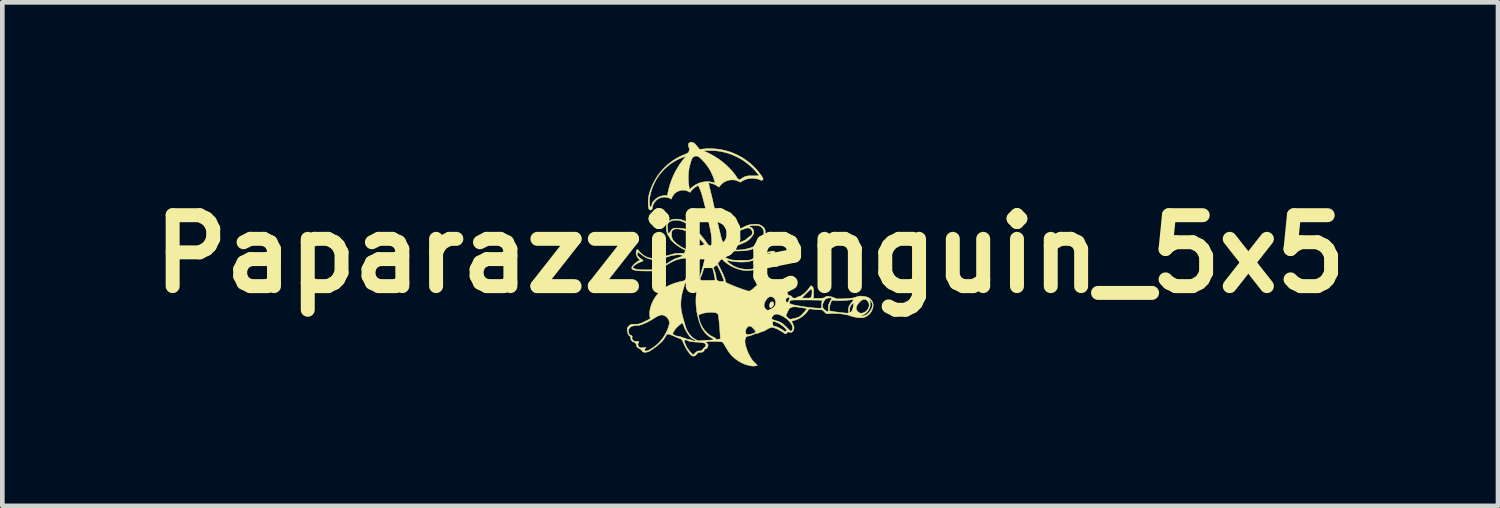
<source format=kicad_pcb>
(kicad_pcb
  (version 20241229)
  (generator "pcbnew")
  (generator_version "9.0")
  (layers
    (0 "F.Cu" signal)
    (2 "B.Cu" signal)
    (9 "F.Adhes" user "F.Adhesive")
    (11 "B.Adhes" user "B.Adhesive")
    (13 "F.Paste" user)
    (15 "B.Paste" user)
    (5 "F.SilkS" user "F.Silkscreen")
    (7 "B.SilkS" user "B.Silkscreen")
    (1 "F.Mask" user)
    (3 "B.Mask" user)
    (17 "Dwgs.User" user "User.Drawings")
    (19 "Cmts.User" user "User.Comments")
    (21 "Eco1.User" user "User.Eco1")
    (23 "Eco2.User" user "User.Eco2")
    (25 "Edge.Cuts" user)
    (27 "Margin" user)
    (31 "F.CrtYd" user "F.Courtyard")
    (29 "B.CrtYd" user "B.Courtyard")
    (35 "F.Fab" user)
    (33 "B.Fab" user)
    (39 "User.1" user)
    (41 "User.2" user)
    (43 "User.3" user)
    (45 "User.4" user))
  (footprint "PaparazziPenguin_5x5"
    (layer "F.Cu")
    (at 13.07 2.409)
    (property "Reference" "PaparazziPenguin_5x5" (at 0 0 0) (layer "F.SilkS") (effects (font (size 1.524 1.524) (thickness 0.3))))
    (attr through_hole)
    (fp_poly (pts (xy 0.482 1.026) (xy 0.488 1.03) (xy 0.493 1.037) (xy 0.498 1.048) (xy 0.502 1.058) (xy 0.505 1.067) (xy 0.507 1.074) (xy 0.507 1.079) (xy 0.507 1.084) (xy 0.506 1.088) (xy 0.506 1.089) (xy 0.503 1.099) (xy 0.497 1.108) (xy 0.488 1.119) (xy 0.476 1.132) (xy 0.475 1.133) (xy 0.465 1.142) (xy 0.458 1.148) (xy 0.452 1.152) (xy 0.448 1.154) (xy 0.443 1.156) (xy 0.44 1.156) (xy 0.433 1.155) (xy 0.429 1.151) (xy 0.428 1.15) (xy 0.423 1.141) (xy 0.419 1.13) (xy 0.416 1.117) (xy 0.415 1.103) (xy 0.415 1.098) (xy 0.416 1.09) (xy 0.417 1.083) (xy 0.419 1.076) (xy 0.422 1.069) (xy 0.427 1.059) (xy 0.437 1.038) (xy 0.453 1.031) (xy 0.465 1.027) (xy 0.475 1.025) (xy 0.482 1.026)) (stroke (width 0.01) (type solid)) (fill yes) (layer "F.SilkS"))
    (fp_poly (pts (xy -1.259 -2.403) (xy -1.246 -2.401) (xy -1.234 -2.398) (xy -1.211 -2.386) (xy -1.19 -2.371) (xy -1.171 -2.353) (xy -1.163 -2.341) (xy -1.158 -2.336) (xy -1.152 -2.327) (xy -1.144 -2.317) (xy -1.134 -2.306) (xy -1.124 -2.294) (xy -1.119 -2.288) (xy -1.108 -2.276) (xy -1.1 -2.266) (xy -1.094 -2.259) (xy -1.088 -2.254) (xy -1.083 -2.251) (xy -1.077 -2.25) (xy -1.07 -2.25) (xy -1.061 -2.25) (xy -1.049 -2.252) (xy -1.035 -2.254) (xy -1.015 -2.257) (xy -0.997 -2.259) (xy -0.979 -2.26) (xy -0.962 -2.261) (xy -0.944 -2.262) (xy -0.924 -2.263) (xy -0.901 -2.264) (xy -0.894 -2.264) (xy -0.819 -2.264) (xy -0.745 -2.259) (xy -0.671 -2.251) (xy -0.598 -2.238) (xy -0.525 -2.221) (xy -0.455 -2.201) (xy -0.385 -2.176) (xy -0.316 -2.147) (xy -0.25 -2.115) (xy -0.184 -2.079) (xy -0.121 -2.039) (xy -0.059 -1.996) (xy 0.000151 -1.949) (xy 0.006 -1.943) (xy 0.016 -1.935) (xy 0.027 -1.925) (xy 0.04 -1.913) (xy 0.053 -1.9) (xy 0.066 -1.888) (xy 0.071 -1.884) (xy 0.101 -1.854) (xy 0.129 -1.824) (xy 0.154 -1.795) (xy 0.179 -1.765) (xy 0.203 -1.734) (xy 0.228 -1.701) (xy 0.25 -1.669) (xy 0.259 -1.656) (xy 0.265 -1.646) (xy 0.27 -1.639) (xy 0.273 -1.633) (xy 0.275 -1.628) (xy 0.276 -1.624) (xy 0.277 -1.621) (xy 0.277 -1.62) (xy 0.276 -1.608) (xy 0.272 -1.598) (xy 0.264 -1.59) (xy 0.261 -1.588) (xy 0.255 -1.585) (xy 0.248 -1.584) (xy 0.24 -1.584) (xy 0.231 -1.587) (xy 0.219 -1.591) (xy 0.215 -1.593) (xy 0.179 -1.607) (xy 0.142 -1.617) (xy 0.104 -1.624) (xy 0.074 -1.628) (xy 0.036 -1.629) (xy -0.002 -1.626) (xy -0.041 -1.62) (xy -0.08 -1.61) (xy -0.117 -1.596) (xy -0.153 -1.58) (xy -0.186 -1.56) (xy -0.188 -1.558) (xy -0.21 -1.543) (xy -0.219 -1.549) (xy -0.233 -1.557) (xy -0.251 -1.565) (xy -0.27 -1.573) (xy -0.291 -1.58) (xy -0.311 -1.586) (xy -0.322 -1.589) (xy -0.334 -1.591) (xy -0.349 -1.592) (xy -0.366 -1.593) (xy -0.384 -1.593) (xy -0.402 -1.593) (xy -0.419 -1.593) (xy -0.433 -1.591) (xy -0.436 -1.591) (xy -0.474 -1.583) (xy -0.509 -1.571) (xy -0.543 -1.555) (xy -0.575 -1.536) (xy -0.604 -1.513) (xy -0.631 -1.488) (xy -0.655 -1.458) (xy -0.66 -1.45) (xy -0.665 -1.444) (xy -0.668 -1.439) (xy -0.67 -1.437) (xy -0.67 -1.437) (xy -0.672 -1.438) (xy -0.677 -1.442) (xy -0.683 -1.446) (xy -0.683 -1.446) (xy -0.715 -1.468) (xy -0.749 -1.488) (xy -0.785 -1.504) (xy -0.821 -1.517) (xy -0.857 -1.526) (xy -0.866 -1.528) (xy -0.876 -1.529) (xy -0.882 -1.53) (xy -0.886 -1.53) (xy -0.889 -1.529) (xy -0.89 -1.528) (xy -0.89 -1.525) (xy -0.89 -1.518) (xy -0.888 -1.508) (xy -0.886 -1.494) (xy -0.883 -1.477) (xy -0.879 -1.458) (xy -0.874 -1.436) (xy -0.868 -1.412) (xy -0.862 -1.386) (xy -0.856 -1.359) (xy -0.849 -1.33) (xy -0.841 -1.3) (xy -0.833 -1.269) (xy -0.829 -1.251) (xy -0.826 -1.239) (xy -0.822 -1.223) (xy -0.818 -1.205) (xy -0.813 -1.185) (xy -0.808 -1.164) (xy -0.803 -1.143) (xy -0.799 -1.122) (xy -0.798 -1.118) (xy -0.785 -1.059) (xy -0.772 -1.001) (xy -0.76 -0.944) (xy -0.747 -0.888) (xy -0.735 -0.834) (xy -0.724 -0.782) (xy -0.712 -0.731) (xy -0.701 -0.683) (xy -0.691 -0.636) (xy -0.68 -0.592) (xy -0.671 -0.551) (xy -0.662 -0.512) (xy -0.653 -0.476) (xy -0.645 -0.443) (xy -0.638 -0.413) (xy -0.631 -0.386) (xy -0.625 -0.363) (xy -0.62 -0.344) (xy -0.616 -0.328) (xy -0.613 -0.317) (xy -0.612 -0.316) (xy -0.608 -0.304) (xy -0.603 -0.292) (xy -0.598 -0.281) (xy -0.592 -0.271) (xy -0.588 -0.264) (xy -0.585 -0.261) (xy -0.578 -0.257) (xy -0.57 -0.257) (xy -0.563 -0.26) (xy -0.559 -0.263) (xy -0.551 -0.269) (xy -0.542 -0.278) (xy -0.531 -0.288) (xy -0.518 -0.299) (xy -0.505 -0.312) (xy -0.491 -0.325) (xy -0.477 -0.339) (xy -0.462 -0.353) (xy -0.449 -0.366) (xy -0.436 -0.378) (xy -0.436 -0.379) (xy -0.42 -0.395) (xy -0.405 -0.409) (xy -0.392 -0.422) (xy -0.379 -0.434) (xy -0.366 -0.444) (xy -0.353 -0.455) (xy -0.34 -0.464) (xy -0.326 -0.474) (xy -0.311 -0.484) (xy -0.293 -0.495) (xy -0.274 -0.506) (xy -0.252 -0.519) (xy -0.227 -0.533) (xy -0.2 -0.548) (xy -0.167 -0.565) (xy -0.138 -0.581) (xy -0.11 -0.594) (xy -0.085 -0.605) (xy -0.061 -0.615) (xy -0.038 -0.622) (xy -0.015 -0.628) (xy 0.008 -0.633) (xy 0.032 -0.636) (xy 0.057 -0.639) (xy 0.084 -0.64) (xy 0.104 -0.641) (xy 0.125 -0.641) (xy 0.142 -0.641) (xy 0.156 -0.641) (xy 0.168 -0.639) (xy 0.179 -0.637) (xy 0.19 -0.634) (xy 0.2 -0.63) (xy 0.211 -0.625) (xy 0.224 -0.618) (xy 0.235 -0.612) (xy 0.25 -0.603) (xy 0.262 -0.595) (xy 0.272 -0.589) (xy 0.28 -0.582) (xy 0.286 -0.576) (xy 0.289 -0.573) (xy 0.3 -0.56) (xy 0.308 -0.547) (xy 0.315 -0.532) (xy 0.32 -0.516) (xy 0.323 -0.497) (xy 0.325 -0.475) (xy 0.325 -0.462) (xy 0.326 -0.445) (xy 0.325 -0.429) (xy 0.325 -0.416) (xy 0.324 -0.41) (xy 0.32 -0.391) (xy 0.312 -0.37) (xy 0.302 -0.347) (xy 0.29 -0.323) (xy 0.276 -0.3) (xy 0.26 -0.277) (xy 0.243 -0.255) (xy 0.234 -0.245) (xy 0.224 -0.235) (xy 0.214 -0.225) (xy 0.205 -0.216) (xy 0.197 -0.209) (xy 0.19 -0.205) (xy 0.187 -0.203) (xy 0.184 -0.201) (xy 0.179 -0.196) (xy 0.172 -0.19) (xy 0.167 -0.184) (xy 0.156 -0.171) (xy 0.144 -0.16) (xy 0.132 -0.151) (xy 0.12 -0.142) (xy 0.105 -0.134) (xy 0.088 -0.126) (xy 0.069 -0.117) (xy 0.059 -0.114) (xy 0.038 -0.106) (xy 0.016 -0.098) (xy -0.006 -0.092) (xy -0.028 -0.087) (xy -0.052 -0.082) (xy -0.077 -0.078) (xy -0.104 -0.075) (xy -0.133 -0.072) (xy -0.165 -0.07) (xy -0.2 -0.068) (xy -0.238 -0.067) (xy -0.277 -0.066) (xy -0.322 -0.066) (xy -0.364 -0.066) (xy -0.404 -0.067) (xy -0.444 -0.069) (xy -0.485 -0.072) (xy -0.528 -0.076) (xy -0.551 -0.079) (xy -0.563 -0.08) (xy -0.571 -0.08) (xy -0.576 -0.08) (xy -0.578 -0.079) (xy -0.579 -0.076) (xy -0.581 -0.07) (xy -0.584 -0.061) (xy -0.587 -0.051) (xy -0.59 -0.04) (xy -0.592 -0.03) (xy -0.594 -0.02) (xy -0.595 -0.017) (xy -0.596 -0.001) (xy -0.593 0.013) (xy -0.587 0.027) (xy -0.577 0.041) (xy -0.562 0.055) (xy -0.544 0.068) (xy -0.535 0.073) (xy -0.498 0.093) (xy -0.462 0.108) (xy -0.424 0.12) (xy -0.385 0.128) (xy -0.36 0.131) (xy -0.353 0.132) (xy -0.343 0.132) (xy -0.329 0.132) (xy -0.313 0.133) (xy -0.295 0.133) (xy -0.275 0.134) (xy -0.254 0.134) (xy -0.236 0.135) (xy -0.204 0.135) (xy -0.174 0.135) (xy -0.145 0.135) (xy -0.117 0.135) (xy -0.092 0.134) (xy -0.068 0.133) (xy -0.048 0.133) (xy -0.03 0.131) (xy -0.016 0.13) (xy -0.006 0.129) (xy -0.001 0.128) (xy 0.004 0.126) (xy 0.011 0.123) (xy 0.022 0.118) (xy 0.035 0.112) (xy 0.05 0.105) (xy 0.066 0.097) (xy 0.084 0.089) (xy 0.092 0.085) (xy 0.135 0.063) (xy 0.176 0.044) (xy 0.214 0.026) (xy 0.25 0.01) (xy 0.286 -0.006) (xy 0.306 -0.014) (xy 0.322 -0.021) (xy 0.335 -0.026) (xy 0.347 -0.03) (xy 0.357 -0.034) (xy 0.368 -0.037) (xy 0.379 -0.04) (xy 0.392 -0.043) (xy 0.404 -0.047) (xy 0.417 -0.05) (xy 0.43 -0.054) (xy 0.434 -0.056) (xy 0.443 -0.059) (xy 0.45 -0.061) (xy 0.457 -0.062) (xy 0.465 -0.062) (xy 0.476 -0.062) (xy 0.48 -0.062) (xy 0.492 -0.062) (xy 0.501 -0.062) (xy 0.507 -0.061) (xy 0.513 -0.06) (xy 0.519 -0.057) (xy 0.52 -0.057) (xy 0.529 -0.052) (xy 0.534 -0.047) (xy 0.535 -0.041) (xy 0.535 -0.035) (xy 0.532 -0.03) (xy 0.526 -0.023) (xy 0.519 -0.015) (xy 0.511 -0.008) (xy 0.502 -0.001) (xy 0.5 -0.00007) (xy 0.482 0.011) (xy 0.467 0.024) (xy 0.452 0.037) (xy 0.437 0.053) (xy 0.426 0.069) (xy 0.418 0.084) (xy 0.414 0.097) (xy 0.413 0.11) (xy 0.416 0.12) (xy 0.422 0.13) (xy 0.422 0.13) (xy 0.426 0.133) (xy 0.432 0.137) (xy 0.442 0.143) (xy 0.453 0.15) (xy 0.466 0.158) (xy 0.481 0.166) (xy 0.487 0.169) (xy 0.513 0.184) (xy 0.536 0.198) (xy 0.555 0.209) (xy 0.571 0.22) (xy 0.583 0.229) (xy 0.593 0.236) (xy 0.599 0.243) (xy 0.603 0.248) (xy 0.603 0.253) (xy 0.602 0.257) (xy 0.6 0.258) (xy 0.597 0.26) (xy 0.591 0.262) (xy 0.584 0.264) (xy 0.579 0.265) (xy 0.573 0.266) (xy 0.566 0.267) (xy 0.557 0.267) (xy 0.546 0.267) (xy 0.531 0.267) (xy 0.525 0.267) (xy 0.505 0.267) (xy 0.485 0.267) (xy 0.464 0.268) (xy 0.444 0.268) (xy 0.425 0.269) (xy 0.407 0.27) (xy 0.392 0.272) (xy 0.38 0.273) (xy 0.372 0.274) (xy 0.362 0.276) (xy 0.351 0.279) (xy 0.34 0.283) (xy 0.338 0.284) (xy 0.331 0.286) (xy 0.326 0.287) (xy 0.32 0.289) (xy 0.314 0.29) (xy 0.308 0.292) (xy 0.299 0.294) (xy 0.289 0.296) (xy 0.277 0.298) (xy 0.261 0.301) (xy 0.242 0.305) (xy 0.236 0.306) (xy 0.217 0.309) (xy 0.195 0.314) (xy 0.173 0.318) (xy 0.151 0.323) (xy 0.131 0.327) (xy 0.12 0.329) (xy 0.092 0.335) (xy 0.067 0.34) (xy 0.045 0.344) (xy 0.025 0.347) (xy 0.007 0.35) (xy -0.01 0.351) (xy -0.026 0.353) (xy -0.043 0.353) (xy -0.06 0.353) (xy -0.079 0.353) (xy -0.083 0.353) (xy -0.108 0.352) (xy -0.131 0.35) (xy -0.152 0.348) (xy -0.173 0.344) (xy -0.194 0.34) (xy -0.205 0.338) (xy -0.261 0.322) (xy -0.317 0.302) (xy -0.37 0.278) (xy -0.422 0.251) (xy -0.472 0.22) (xy -0.52 0.185) (xy -0.565 0.147) (xy -0.566 0.147) (xy -0.499 0.147) (xy -0.498 0.149) (xy -0.495 0.153) (xy -0.49 0.158) (xy -0.485 0.163) (xy -0.445 0.197) (xy -0.404 0.227) (xy -0.361 0.254) (xy -0.317 0.276) (xy -0.271 0.294) (xy -0.224 0.309) (xy -0.175 0.319) (xy -0.125 0.326) (xy -0.116 0.327) (xy -0.107 0.327) (xy -0.094 0.327) (xy -0.079 0.328) (xy -0.062 0.328) (xy -0.045 0.328) (xy -0.029 0.327) (xy -0.014 0.327) (xy -0.002 0.326) (xy 0.006 0.326) (xy 0.037 0.323) (xy 0.068 0.318) (xy 0.095 0.313) (xy 0.104 0.311) (xy 0.115 0.309) (xy 0.129 0.307) (xy 0.144 0.304) (xy 0.159 0.301) (xy 0.161 0.301) (xy 0.181 0.297) (xy 0.201 0.292) (xy 0.223 0.288) (xy 0.243 0.283) (xy 0.263 0.278) (xy 0.281 0.273) (xy 0.296 0.268) (xy 0.304 0.266) (xy 0.32 0.261) (xy 0.335 0.256) (xy 0.349 0.253) (xy 0.365 0.249) (xy 0.382 0.246) (xy 0.401 0.243) (xy 0.424 0.24) (xy 0.425 0.24) (xy 0.448 0.237) (xy 0.467 0.234) (xy 0.482 0.231) (xy 0.493 0.229) (xy 0.502 0.226) (xy 0.507 0.222) (xy 0.51 0.219) (xy 0.51 0.215) (xy 0.507 0.211) (xy 0.506 0.21) (xy 0.502 0.207) (xy 0.495 0.203) (xy 0.484 0.199) (xy 0.471 0.194) (xy 0.457 0.19) (xy 0.441 0.185) (xy 0.438 0.184) (xy 0.423 0.18) (xy 0.413 0.176) (xy 0.405 0.172) (xy 0.399 0.169) (xy 0.394 0.165) (xy 0.388 0.156) (xy 0.383 0.144) (xy 0.381 0.132) (xy 0.381 0.13) (xy 0.382 0.12) (xy 0.385 0.106) (xy 0.391 0.091) (xy 0.397 0.074) (xy 0.406 0.056) (xy 0.415 0.038) (xy 0.425 0.02) (xy 0.434 0.006) (xy 0.441 -0.005) (xy 0.446 -0.014) (xy 0.448 -0.019) (xy 0.448 -0.023) (xy 0.446 -0.025) (xy 0.444 -0.027) (xy 0.438 -0.027) (xy 0.428 -0.026) (xy 0.416 -0.023) (xy 0.402 -0.02) (xy 0.386 -0.016) (xy 0.369 -0.011) (xy 0.351 -0.006) (xy 0.334 0.000161) (xy 0.317 0.006) (xy 0.302 0.012) (xy 0.288 0.018) (xy 0.277 0.023) (xy 0.271 0.026) (xy 0.261 0.032) (xy 0.248 0.039) (xy 0.234 0.046) (xy 0.219 0.052) (xy 0.21 0.056) (xy 0.191 0.064) (xy 0.174 0.072) (xy 0.157 0.083) (xy 0.145 0.09) (xy 0.118 0.107) (xy 0.088 0.122) (xy 0.056 0.135) (xy 0.021 0.147) (xy -0.014 0.157) (xy -0.049 0.164) (xy -0.072 0.167) (xy -0.082 0.168) (xy -0.096 0.169) (xy -0.112 0.17) (xy -0.131 0.17) (xy -0.151 0.171) (xy -0.172 0.171) (xy -0.192 0.171) (xy -0.212 0.171) (xy -0.231 0.171) (xy -0.248 0.17) (xy -0.262 0.17) (xy -0.266 0.169) (xy -0.293 0.167) (xy -0.321 0.164) (xy -0.349 0.161) (xy -0.375 0.157) (xy -0.4 0.153) (xy -0.421 0.149) (xy -0.436 0.146) (xy -0.447 0.143) (xy -0.459 0.142) (xy -0.471 0.141) (xy -0.482 0.141) (xy -0.49 0.141) (xy -0.496 0.143) (xy -0.498 0.145) (xy -0.499 0.147) (xy -0.566 0.147) (xy -0.588 0.126) (xy -0.597 0.117) (xy -0.604 0.111) (xy -0.609 0.107) (xy -0.612 0.105) (xy -0.615 0.105) (xy -0.616 0.105) (xy -0.619 0.108) (xy -0.624 0.114) (xy -0.632 0.121) (xy -0.64 0.13) (xy -0.649 0.141) (xy -0.658 0.151) (xy -0.666 0.161) (xy -0.674 0.171) (xy -0.675 0.173) (xy -0.683 0.183) (xy -0.688 0.192) (xy -0.692 0.199) (xy -0.693 0.202) (xy -0.694 0.206) (xy -0.693 0.209) (xy -0.691 0.214) (xy -0.688 0.221) (xy -0.683 0.231) (xy -0.68 0.238) (xy -0.666 0.263) (xy -0.652 0.291) (xy -0.638 0.319) (xy -0.623 0.348) (xy -0.609 0.378) (xy -0.596 0.406) (xy -0.583 0.434) (xy -0.572 0.46) (xy -0.562 0.484) (xy -0.553 0.505) (xy -0.548 0.518) (xy -0.544 0.53) (xy -0.54 0.54) (xy -0.538 0.548) (xy -0.537 0.556) (xy -0.536 0.564) (xy -0.536 0.568) (xy -0.534 0.581) (xy -0.533 0.591) (xy -0.531 0.596) (xy -0.526 0.603) (xy -0.518 0.609) (xy -0.507 0.617) (xy -0.495 0.624) (xy -0.489 0.627) (xy -0.479 0.632) (xy -0.466 0.638) (xy -0.45 0.645) (xy -0.433 0.652) (xy -0.414 0.66) (xy -0.394 0.669) (xy -0.373 0.677) (xy -0.353 0.685) (xy -0.333 0.694) (xy -0.313 0.701) (xy -0.311 0.702) (xy -0.287 0.711) (xy -0.262 0.721) (xy -0.236 0.73) (xy -0.211 0.74) (xy -0.185 0.749) (xy -0.161 0.757) (xy -0.137 0.765) (xy -0.115 0.773) (xy -0.094 0.78) (xy -0.075 0.785) (xy -0.059 0.79) (xy -0.046 0.794) (xy -0.036 0.797) (xy -0.029 0.798) (xy -0.028 0.798) (xy -0.017 0.796) (xy -0.004 0.792) (xy 0.011 0.784) (xy 0.027 0.773) (xy 0.044 0.761) (xy 0.061 0.746) (xy 0.067 0.741) (xy 0.088 0.721) (xy 0.107 0.705) (xy 0.124 0.69) (xy 0.138 0.679) (xy 0.152 0.669) (xy 0.164 0.66) (xy 0.176 0.653) (xy 0.18 0.651) (xy 0.204 0.64) (xy 0.233 0.631) (xy 0.264 0.623) (xy 0.298 0.617) (xy 0.335 0.614) (xy 0.373 0.612) (xy 0.401 0.612) (xy 0.427 0.613) (xy 0.449 0.615) (xy 0.47 0.618) (xy 0.49 0.621) (xy 0.511 0.627) (xy 0.533 0.633) (xy 0.54 0.635) (xy 0.574 0.648) (xy 0.605 0.662) (xy 0.635 0.678) (xy 0.665 0.698) (xy 0.694 0.721) (xy 0.71 0.734) (xy 0.723 0.746) (xy 0.736 0.759) (xy 0.749 0.773) (xy 0.761 0.788) (xy 0.773 0.802) (xy 0.784 0.816) (xy 0.793 0.829) (xy 0.8 0.84) (xy 0.805 0.85) (xy 0.808 0.857) (xy 0.808 0.857) (xy 0.811 0.868) (xy 0.818 0.878) (xy 0.823 0.883) (xy 0.828 0.885) (xy 0.835 0.888) (xy 0.844 0.89) (xy 0.845 0.89) (xy 0.857 0.893) (xy 0.87 0.898) (xy 0.881 0.903) (xy 0.889 0.909) (xy 0.894 0.913) (xy 0.898 0.92) (xy 0.901 0.927) (xy 0.902 0.928) (xy 0.904 0.934) (xy 0.908 0.938) (xy 0.914 0.941) (xy 0.923 0.944) (xy 0.93 0.945) (xy 0.95 0.948) (xy 0.966 0.948) (xy 0.98 0.946) (xy 0.981 0.946) (xy 1.109 0.946) (xy 1.124 0.947) (xy 1.13 0.947) (xy 1.14 0.947) (xy 1.152 0.947) (xy 1.167 0.947) (xy 1.183 0.947) (xy 1.201 0.947) (xy 1.211 0.947) (xy 1.231 0.947) (xy 1.246 0.947) (xy 1.258 0.947) (xy 1.268 0.946) (xy 1.275 0.946) (xy 1.281 0.945) (xy 1.285 0.945) (xy 1.288 0.944) (xy 1.29 0.943) (xy 1.292 0.942) (xy 1.299 0.938) (xy 1.304 0.933) (xy 1.309 0.925) (xy 1.313 0.915) (xy 1.317 0.905) (xy 1.323 0.881) (xy 1.327 0.859) (xy 1.329 0.838) (xy 1.33 0.823) (xy 1.329 0.802) (xy 1.328 0.785) (xy 1.325 0.771) (xy 1.322 0.761) (xy 1.318 0.755) (xy 1.316 0.754) (xy 1.312 0.752) (xy 1.308 0.752) (xy 1.304 0.754) (xy 1.3 0.757) (xy 1.293 0.762) (xy 1.284 0.77) (xy 1.272 0.78) (xy 1.26 0.792) (xy 1.245 0.806) (xy 1.23 0.82) (xy 1.215 0.836) (xy 1.199 0.851) (xy 1.183 0.867) (xy 1.168 0.883) (xy 1.153 0.898) (xy 1.139 0.913) (xy 1.129 0.924) (xy 1.109 0.946) (xy 0.981 0.946) (xy 0.993 0.942) (xy 1.002 0.935) (xy 1.014 0.927) (xy 1.028 0.921) (xy 1.041 0.916) (xy 1.041 0.916) (xy 1.053 0.914) (xy 1.063 0.912) (xy 1.07 0.909) (xy 1.076 0.906) (xy 1.083 0.902) (xy 1.089 0.899) (xy 1.128 0.872) (xy 1.167 0.841) (xy 1.203 0.807) (xy 1.236 0.772) (xy 1.266 0.734) (xy 1.285 0.708) (xy 1.292 0.698) (xy 1.297 0.69) (xy 1.302 0.685) (xy 1.305 0.683) (xy 1.308 0.682) (xy 1.31 0.682) (xy 1.318 0.684) (xy 1.326 0.689) (xy 1.334 0.697) (xy 1.342 0.708) (xy 1.349 0.72) (xy 1.354 0.732) (xy 1.357 0.742) (xy 1.359 0.755) (xy 1.36 0.771) (xy 1.362 0.79) (xy 1.363 0.811) (xy 1.363 0.833) (xy 1.363 0.856) (xy 1.363 0.878) (xy 1.362 0.9) (xy 1.361 0.919) (xy 1.359 0.937) (xy 1.358 0.947) (xy 1.356 0.955) (xy 1.421 0.954) (xy 1.45 0.953) (xy 1.475 0.952) (xy 1.496 0.951) (xy 1.514 0.951) (xy 1.53 0.95) (xy 1.543 0.949) (xy 1.553 0.948) (xy 1.562 0.947) (xy 1.569 0.945) (xy 1.574 0.944) (xy 1.589 0.939) (xy 1.601 0.934) (xy 1.611 0.927) (xy 1.618 0.922) (xy 1.625 0.916) (xy 1.634 0.911) (xy 1.639 0.909) (xy 1.644 0.908) (xy 1.648 0.907) (xy 1.653 0.907) (xy 1.659 0.907) (xy 1.667 0.907) (xy 1.679 0.909) (xy 1.681 0.909) (xy 1.695 0.911) (xy 1.71 0.913) (xy 1.725 0.915) (xy 1.737 0.918) (xy 1.737 0.918) (xy 1.75 0.921) (xy 1.763 0.925) (xy 1.778 0.929) (xy 1.792 0.934) (xy 1.804 0.939) (xy 1.815 0.944) (xy 1.823 0.948) (xy 1.825 0.949) (xy 1.831 0.952) (xy 1.839 0.956) (xy 1.848 0.959) (xy 1.852 0.96) (xy 1.855 0.961) (xy 1.859 0.962) (xy 1.863 0.962) (xy 1.869 0.963) (xy 1.876 0.963) (xy 1.885 0.963) (xy 1.896 0.963) (xy 1.91 0.963) (xy 1.928 0.963) (xy 1.949 0.962) (xy 1.975 0.962) (xy 1.997 0.962) (xy 2.017 0.961) (xy 2.035 0.96) (xy 2.052 0.96) (xy 2.069 0.958) (xy 2.087 0.957) (xy 2.106 0.955) (xy 2.127 0.953) (xy 2.146 0.951) (xy 2.167 0.949) (xy 2.184 0.947) (xy 2.199 0.945) (xy 2.213 0.943) (xy 2.225 0.94) (xy 2.238 0.937) (xy 2.251 0.933) (xy 2.265 0.928) (xy 2.282 0.922) (xy 2.303 0.915) (xy 2.323 0.909) (xy 2.342 0.906) (xy 2.362 0.904) (xy 2.384 0.904) (xy 2.408 0.905) (xy 2.419 0.906) (xy 2.432 0.908) (xy 2.448 0.91) (xy 2.465 0.913) (xy 2.482 0.917) (xy 2.498 0.921) (xy 2.512 0.924) (xy 2.523 0.928) (xy 2.525 0.929) (xy 2.548 0.941) (xy 2.57 0.956) (xy 2.59 0.974) (xy 2.607 0.994) (xy 2.621 1.016) (xy 2.632 1.039) (xy 2.639 1.063) (xy 2.643 1.088) (xy 2.644 1.099) (xy 2.642 1.124) (xy 2.637 1.151) (xy 2.629 1.178) (xy 2.619 1.205) (xy 2.607 1.23) (xy 2.599 1.242) (xy 2.582 1.266) (xy 2.562 1.289) (xy 2.539 1.309) (xy 2.516 1.327) (xy 2.512 1.329) (xy 2.5 1.337) (xy 2.486 1.344) (xy 2.471 1.351) (xy 2.457 1.357) (xy 2.445 1.362) (xy 2.436 1.364) (xy 2.426 1.366) (xy 2.413 1.367) (xy 2.397 1.367) (xy 2.379 1.368) (xy 2.36 1.367) (xy 2.342 1.366) (xy 2.326 1.365) (xy 2.303 1.363) (xy 2.278 1.359) (xy 2.252 1.354) (xy 2.227 1.349) (xy 2.203 1.343) (xy 2.181 1.337) (xy 2.162 1.331) (xy 2.155 1.328) (xy 2.153 1.327) (xy 2.369 1.327) (xy 2.37 1.329) (xy 2.376 1.331) (xy 2.383 1.332) (xy 2.391 1.333) (xy 2.398 1.333) (xy 2.407 1.333) (xy 2.417 1.332) (xy 2.427 1.33) (xy 2.428 1.33) (xy 2.454 1.324) (xy 2.478 1.314) (xy 2.5 1.302) (xy 2.522 1.286) (xy 2.543 1.266) (xy 2.563 1.243) (xy 2.573 1.231) (xy 2.586 1.212) (xy 2.597 1.192) (xy 2.608 1.171) (xy 2.617 1.151) (xy 2.624 1.131) (xy 2.628 1.113) (xy 2.629 1.109) (xy 2.63 1.095) (xy 2.629 1.083) (xy 2.627 1.07) (xy 2.622 1.058) (xy 2.615 1.044) (xy 2.605 1.028) (xy 2.601 1.021) (xy 2.596 1.015) (xy 2.59 1.007) (xy 2.583 0.998) (xy 2.576 0.989) (xy 2.57 0.982) (xy 2.564 0.975) (xy 2.559 0.971) (xy 2.557 0.969) (xy 2.557 0.969) (xy 2.557 0.971) (xy 2.558 0.976) (xy 2.561 0.983) (xy 2.562 0.987) (xy 2.568 1.002) (xy 2.573 1.016) (xy 2.576 1.029) (xy 2.578 1.043) (xy 2.579 1.059) (xy 2.579 1.078) (xy 2.579 1.082) (xy 2.579 1.095) (xy 2.579 1.106) (xy 2.579 1.114) (xy 2.578 1.12) (xy 2.577 1.126) (xy 2.575 1.132) (xy 2.573 1.139) (xy 2.572 1.142) (xy 2.559 1.175) (xy 2.543 1.205) (xy 2.523 1.232) (xy 2.501 1.257) (xy 2.475 1.278) (xy 2.448 1.296) (xy 2.437 1.302) (xy 2.424 1.308) (xy 2.409 1.314) (xy 2.396 1.319) (xy 2.384 1.322) (xy 2.381 1.323) (xy 2.374 1.325) (xy 2.37 1.326) (xy 2.369 1.327) (xy 2.153 1.327) (xy 2.142 1.323) (xy 2.131 1.319) (xy 2.122 1.316) (xy 2.113 1.313) (xy 2.102 1.311) (xy 2.09 1.308) (xy 2.043 1.298) (xy 1.998 1.291) (xy 1.953 1.285) (xy 1.907 1.281) (xy 1.86 1.278) (xy 1.821 1.277) (xy 1.798 1.277) (xy 1.777 1.277) (xy 1.759 1.277) (xy 1.742 1.277) (xy 1.725 1.278) (xy 1.707 1.279) (xy 1.704 1.279) (xy 1.69 1.28) (xy 1.676 1.281) (xy 1.664 1.282) (xy 1.655 1.282) (xy 1.649 1.282) (xy 1.647 1.282) (xy 1.637 1.278) (xy 1.625 1.271) (xy 1.613 1.261) (xy 1.602 1.249) (xy 1.593 1.24) (xy 1.584 1.23) (xy 1.573 1.221) (xy 1.563 1.212) (xy 1.554 1.205) (xy 1.547 1.201) (xy 1.544 1.2) (xy 1.539 1.199) (xy 1.532 1.198) (xy 1.523 1.198) (xy 1.511 1.197) (xy 1.495 1.197) (xy 1.49 1.197) (xy 1.468 1.197) (xy 1.448 1.196) (xy 1.428 1.194) (xy 1.409 1.192) (xy 1.387 1.19) (xy 1.363 1.186) (xy 1.357 1.186) (xy 1.344 1.184) (xy 1.328 1.182) (xy 1.312 1.181) (xy 1.302 1.18) (xy 1.289 1.18) (xy 1.279 1.18) (xy 1.271 1.181) (xy 1.264 1.184) (xy 1.258 1.189) (xy 1.252 1.197) (xy 1.245 1.207) (xy 1.241 1.213) (xy 1.229 1.231) (xy 1.217 1.247) (xy 1.206 1.261) (xy 1.194 1.275) (xy 1.18 1.289) (xy 1.173 1.295) (xy 1.139 1.326) (xy 1.102 1.354) (xy 1.062 1.378) (xy 1.02 1.4) (xy 0.987 1.413) (xy 0.978 1.416) (xy 0.965 1.42) (xy 0.952 1.424) (xy 0.937 1.428) (xy 0.93 1.43) (xy 0.918 1.433) (xy 0.908 1.436) (xy 0.9 1.439) (xy 0.894 1.441) (xy 0.893 1.442) (xy 0.892 1.445) (xy 0.894 1.451) (xy 0.899 1.461) (xy 0.902 1.467) (xy 0.909 1.481) (xy 0.916 1.496) (xy 0.922 1.511) (xy 0.928 1.525) (xy 0.933 1.538) (xy 0.937 1.548) (xy 0.939 1.554) (xy 0.941 1.565) (xy 0.942 1.579) (xy 0.942 1.593) (xy 0.94 1.607) (xy 0.939 1.616) (xy 0.933 1.633) (xy 0.924 1.648) (xy 0.914 1.662) (xy 0.902 1.673) (xy 0.891 1.679) (xy 0.879 1.683) (xy 0.864 1.683) (xy 0.849 1.68) (xy 0.846 1.679) (xy 0.832 1.675) (xy 0.819 1.675) (xy 0.809 1.678) (xy 0.803 1.681) (xy 0.797 1.685) (xy 0.791 1.69) (xy 0.787 1.695) (xy 0.785 1.698) (xy 0.785 1.699) (xy 0.784 1.702) (xy 0.779 1.707) (xy 0.773 1.711) (xy 0.767 1.713) (xy 0.766 1.713) (xy 0.761 1.714) (xy 0.756 1.713) (xy 0.75 1.71) (xy 0.744 1.707) (xy 0.735 1.702) (xy 0.726 1.696) (xy 0.719 1.692) (xy 0.704 1.681) (xy 0.687 1.67) (xy 0.667 1.658) (xy 0.646 1.646) (xy 0.625 1.634) (xy 0.604 1.623) (xy 0.585 1.614) (xy 0.575 1.609) (xy 0.55 1.598) (xy 0.529 1.59) (xy 0.511 1.584) (xy 0.496 1.579) (xy 0.482 1.576) (xy 0.471 1.575) (xy 0.461 1.576) (xy 0.461 1.576) (xy 0.446 1.579) (xy 0.428 1.585) (xy 0.409 1.593) (xy 0.388 1.603) (xy 0.367 1.614) (xy 0.347 1.626) (xy 0.346 1.627) (xy 0.335 1.634) (xy 0.324 1.64) (xy 0.313 1.646) (xy 0.304 1.651) (xy 0.304 1.651) (xy 0.297 1.654) (xy 0.291 1.657) (xy 0.284 1.659) (xy 0.277 1.662) (xy 0.268 1.664) (xy 0.256 1.668) (xy 0.243 1.671) (xy 0.211 1.682) (xy 0.181 1.696) (xy 0.178 1.697) (xy 0.172 1.701) (xy 0.166 1.703) (xy 0.161 1.704) (xy 0.154 1.705) (xy 0.145 1.706) (xy 0.14 1.706) (xy 0.13 1.707) (xy 0.123 1.707) (xy 0.117 1.708) (xy 0.111 1.71) (xy 0.104 1.713) (xy 0.094 1.717) (xy 0.086 1.721) (xy 0.068 1.728) (xy 0.05 1.735) (xy 0.031 1.742) (xy 0.012 1.749) (xy -0.006 1.754) (xy -0.022 1.759) (xy -0.037 1.762) (xy -0.048 1.765) (xy -0.056 1.765) (xy -0.068 1.767) (xy -0.078 1.773) (xy -0.088 1.783) (xy -0.096 1.796) (xy -0.101 1.811) (xy -0.107 1.833) (xy -0.111 1.855) (xy -0.112 1.878) (xy -0.11 1.902) (xy -0.107 1.928) (xy -0.102 1.95) (xy -0.088 2) (xy -0.073 2.048) (xy -0.056 2.093) (xy -0.037 2.138) (xy -0.014 2.182) (xy 0.012 2.226) (xy 0.032 2.259) (xy 0.044 2.276) (xy 0.055 2.291) (xy 0.065 2.304) (xy 0.076 2.316) (xy 0.088 2.327) (xy 0.101 2.339) (xy 0.102 2.339) (xy 0.111 2.348) (xy 0.121 2.357) (xy 0.13 2.366) (xy 0.139 2.375) (xy 0.145 2.382) (xy 0.15 2.388) (xy 0.152 2.392) (xy 0.152 2.393) (xy 0.15 2.395) (xy 0.145 2.397) (xy 0.136 2.399) (xy 0.126 2.401) (xy 0.114 2.403) (xy 0.101 2.405) (xy 0.087 2.406) (xy 0.072 2.406) (xy 0.056 2.406) (xy 0.043 2.406) (xy 0.036 2.405) (xy 0.012 2.402) (xy -0.015 2.396) (xy -0.043 2.389) (xy -0.073 2.381) (xy -0.102 2.371) (xy -0.131 2.361) (xy -0.146 2.354) (xy -0.196 2.331) (xy -0.245 2.303) (xy -0.291 2.272) (xy -0.335 2.238) (xy -0.376 2.201) (xy -0.414 2.161) (xy -0.449 2.119) (xy -0.457 2.107) (xy -0.467 2.094) (xy -0.477 2.078) (xy -0.488 2.061) (xy -0.5 2.041) (xy -0.513 2.018) (xy -0.529 1.993) (xy -0.535 1.981) (xy -0.547 1.961) (xy -0.557 1.944) (xy -0.565 1.93) (xy -0.573 1.919) (xy -0.579 1.91) (xy -0.584 1.903) (xy -0.589 1.898) (xy -0.594 1.895) (xy -0.598 1.892) (xy -0.603 1.89) (xy -0.604 1.889) (xy -0.613 1.887) (xy -0.626 1.885) (xy -0.643 1.884) (xy -0.663 1.882) (xy -0.686 1.881) (xy -0.712 1.88) (xy -0.74 1.879) (xy -0.771 1.879) (xy -0.788 1.879) (xy -0.817 1.879) (xy -0.842 1.879) (xy -0.864 1.879) (xy -0.882 1.88) (xy -0.897 1.881) (xy -0.91 1.882) (xy -0.921 1.884) (xy -0.929 1.885) (xy -0.937 1.887) (xy -0.938 1.888) (xy -0.947 1.892) (xy -0.951 1.895) (xy -0.952 1.899) (xy -0.949 1.903) (xy -0.941 1.908) (xy -0.935 1.912) (xy -0.923 1.92) (xy -0.914 1.929) (xy -0.908 1.94) (xy -0.907 1.945) (xy -0.905 1.951) (xy -0.904 1.956) (xy -0.905 1.962) (xy -0.906 1.97) (xy -0.907 1.973) (xy -0.912 1.992) (xy -0.92 2.009) (xy -0.931 2.023) (xy -0.943 2.033) (xy -0.956 2.039) (xy -0.968 2.042) (xy -0.977 2.043) (xy -0.983 2.044) (xy -0.987 2.045) (xy -0.989 2.048) (xy -0.99 2.05) (xy -0.991 2.055) (xy -0.99 2.06) (xy -0.989 2.061) (xy -0.987 2.066) (xy -0.988 2.071) (xy -0.99 2.076) (xy -0.996 2.083) (xy -1 2.087) (xy -1.01 2.096) (xy -1.021 2.103) (xy -1.034 2.108) (xy -1.048 2.111) (xy -1.065 2.112) (xy -1.077 2.112) (xy -1.089 2.112) (xy -1.098 2.112) (xy -1.106 2.113) (xy -1.113 2.116) (xy -1.119 2.119) (xy -1.126 2.125) (xy -1.134 2.133) (xy -1.144 2.143) (xy -1.155 2.156) (xy -1.16 2.163) (xy -1.169 2.172) (xy -1.176 2.179) (xy -1.183 2.184) (xy -1.188 2.187) (xy -1.203 2.193) (xy -1.218 2.194) (xy -1.233 2.192) (xy -1.248 2.186) (xy -1.264 2.176) (xy -1.28 2.162) (xy -1.296 2.144) (xy -1.307 2.13) (xy -1.336 2.09) (xy -1.364 2.047) (xy -1.39 2.002) (xy -1.414 1.956) (xy -1.434 1.91) (xy -1.441 1.894) (xy -1.447 1.88) (xy -1.452 1.868) (xy -1.452 1.866) (xy -1.416 1.866) (xy -1.416 1.866) (xy -1.415 1.871) (xy -1.414 1.878) (xy -1.411 1.888) (xy -1.407 1.899) (xy -1.403 1.911) (xy -1.401 1.918) (xy -1.383 1.962) (xy -1.361 2.004) (xy -1.335 2.044) (xy -1.31 2.078) (xy -1.303 2.087) (xy -1.293 2.097) (xy -1.283 2.108) (xy -1.273 2.119) (xy -1.262 2.13) (xy -1.251 2.14) (xy -1.241 2.149) (xy -1.233 2.157) (xy -1.225 2.163) (xy -1.22 2.167) (xy -1.217 2.168) (xy -1.217 2.168) (xy -1.215 2.166) (xy -1.211 2.161) (xy -1.206 2.154) (xy -1.202 2.148) (xy -1.185 2.129) (xy -1.169 2.113) (xy -1.153 2.1) (xy -1.136 2.091) (xy -1.118 2.085) (xy -1.098 2.082) (xy -1.079 2.081) (xy -1.067 2.08) (xy -1.057 2.079) (xy -1.049 2.077) (xy -1.042 2.072) (xy -1.034 2.066) (xy -1.026 2.057) (xy -1.017 2.044) (xy -1.015 2.042) (xy -1.009 2.034) (xy -1.001 2.025) (xy -0.991 2.015) (xy -0.981 2.006) (xy -0.98 2.004) (xy -0.969 1.994) (xy -0.961 1.985) (xy -0.956 1.978) (xy -0.952 1.971) (xy -0.951 1.964) (xy -0.95 1.957) (xy -0.952 1.945) (xy -0.958 1.934) (xy -0.966 1.924) (xy -0.976 1.917) (xy -0.983 1.914) (xy -0.993 1.911) (xy -1.007 1.908) (xy -1.023 1.905) (xy -1.041 1.903) (xy -1.061 1.9) (xy -1.082 1.897) (xy -1.102 1.895) (xy -1.123 1.894) (xy -1.142 1.892) (xy -1.143 1.892) (xy -1.173 1.891) (xy -1.199 1.889) (xy -1.223 1.887) (xy -1.244 1.884) (xy -1.264 1.881) (xy -1.284 1.878) (xy -1.304 1.873) (xy -1.315 1.871) (xy -1.327 1.868) (xy -1.336 1.865) (xy -1.341 1.863) (xy -1.344 1.861) (xy -1.344 1.86) (xy -1.348 1.856) (xy -1.355 1.852) (xy -1.363 1.848) (xy -1.371 1.845) (xy -1.373 1.845) (xy -1.381 1.844) (xy -1.389 1.845) (xy -1.39 1.846) (xy -1.397 1.848) (xy -1.404 1.853) (xy -1.41 1.858) (xy -1.414 1.862) (xy -1.416 1.866) (xy -1.452 1.866) (xy -1.456 1.859) (xy -1.46 1.852) (xy -1.465 1.846) (xy -1.47 1.84) (xy -1.471 1.839) (xy -1.477 1.834) (xy -1.483 1.829) (xy -1.49 1.825) (xy -1.498 1.821) (xy -1.508 1.816) (xy -1.522 1.811) (xy -1.532 1.808) (xy -1.546 1.802) (xy -1.561 1.797) (xy -1.575 1.791) (xy -1.587 1.787) (xy -1.593 1.784) (xy -1.626 1.769) (xy -1.655 1.756) (xy -1.681 1.746) (xy -1.703 1.737) (xy -1.722 1.73) (xy -1.737 1.725) (xy -1.749 1.723) (xy -1.751 1.722) (xy -1.762 1.721) (xy -1.772 1.722) (xy -1.782 1.723) (xy -1.79 1.726) (xy -1.795 1.729) (xy -1.795 1.729) (xy -1.797 1.732) (xy -1.8 1.738) (xy -1.805 1.746) (xy -1.81 1.756) (xy -1.812 1.76) (xy -1.835 1.799) (xy -1.858 1.834) (xy -1.883 1.865) (xy -1.911 1.894) (xy -1.918 1.901) (xy -1.969 1.946) (xy -2.02 1.988) (xy -2.071 2.026) (xy -2.1 2.046) (xy -2.111 2.053) (xy -2.122 2.06) (xy -2.131 2.067) (xy -2.138 2.072) (xy -2.143 2.075) (xy -2.143 2.075) (xy -2.151 2.08) (xy -2.161 2.086) (xy -2.173 2.092) (xy -2.185 2.097) (xy -2.196 2.101) (xy -2.198 2.101) (xy -2.214 2.105) (xy -2.232 2.108) (xy -2.249 2.11) (xy -2.265 2.11) (xy -2.279 2.109) (xy -2.291 2.107) (xy -2.298 2.104) (xy -2.309 2.098) (xy -2.316 2.092) (xy -2.32 2.085) (xy -2.32 2.083) (xy -2.321 2.08) (xy -2.324 2.075) (xy -2.329 2.069) (xy -2.336 2.062) (xy -2.344 2.054) (xy -2.352 2.048) (xy -2.36 2.042) (xy -2.371 2.037) (xy -2.38 2.031) (xy -2.395 2.023) (xy -2.409 2.015) (xy -2.42 2.006) (xy -2.43 1.998) (xy -2.436 1.992) (xy -2.436 1.991) (xy -2.438 1.987) (xy -2.439 1.98) (xy -2.44 1.971) (xy -2.441 1.968) (xy -2.442 1.956) (xy -2.444 1.947) (xy -2.448 1.938) (xy -2.449 1.936) (xy -2.458 1.922) (xy -2.469 1.91) (xy -2.482 1.901) (xy -2.491 1.897) (xy -2.508 1.89) (xy -2.522 1.883) (xy -2.533 1.876) (xy -2.542 1.868) (xy -2.549 1.858) (xy -2.551 1.857) (xy -2.559 1.843) (xy -2.565 1.83) (xy -2.567 1.816) (xy -2.568 1.801) (xy -2.569 1.791) (xy -2.569 1.785) (xy -2.57 1.78) (xy -2.572 1.776) (xy -2.574 1.774) (xy -2.579 1.769) (xy -2.586 1.764) (xy -2.588 1.763) (xy -2.595 1.758) (xy -2.604 1.749) (xy -2.612 1.736) (xy -2.621 1.72) (xy -2.624 1.714) (xy -2.63 1.7) (xy -2.634 1.687) (xy -2.637 1.674) (xy -2.638 1.669) (xy -2.616 1.669) (xy -2.612 1.689) (xy -2.605 1.708) (xy -2.594 1.725) (xy -2.588 1.733) (xy -2.582 1.739) (xy -2.577 1.743) (xy -2.572 1.744) (xy -2.572 1.744) (xy -2.562 1.746) (xy -2.551 1.751) (xy -2.543 1.757) (xy -2.537 1.761) (xy -2.535 1.765) (xy -2.534 1.769) (xy -2.536 1.776) (xy -2.537 1.78) (xy -2.539 1.792) (xy -2.54 1.805) (xy -2.538 1.818) (xy -2.535 1.83) (xy -2.534 1.831) (xy -2.527 1.844) (xy -2.516 1.855) (xy -2.503 1.865) (xy -2.496 1.869) (xy -2.482 1.876) (xy -2.441 1.876) (xy -2.427 1.876) (xy -2.416 1.876) (xy -2.409 1.877) (xy -2.404 1.877) (xy -2.4 1.878) (xy -2.398 1.879) (xy -2.397 1.88) (xy -2.396 1.881) (xy -2.392 1.889) (xy -2.393 1.896) (xy -2.397 1.904) (xy -2.4 1.907) (xy -2.406 1.913) (xy -2.409 1.92) (xy -2.411 1.927) (xy -2.412 1.944) (xy -2.41 1.961) (xy -2.404 1.976) (xy -2.395 1.989) (xy -2.383 2.001) (xy -2.369 2.01) (xy -2.352 2.015) (xy -2.352 2.015) (xy -2.346 2.016) (xy -2.34 2.016) (xy -2.333 2.016) (xy -2.323 2.015) (xy -2.31 2.013) (xy -2.296 2.011) (xy -2.282 2.01) (xy -2.269 2.008) (xy -2.259 2.008) (xy -2.258 2.007) (xy -2.237 2.006) (xy -2.245 2.014) (xy -2.256 2.026) (xy -2.263 2.041) (xy -2.266 2.058) (xy -2.267 2.062) (xy -2.267 2.07) (xy -2.267 2.075) (xy -2.266 2.078) (xy -2.264 2.079) (xy -2.262 2.079) (xy -2.257 2.081) (xy -2.253 2.082) (xy -2.247 2.082) (xy -2.237 2.082) (xy -2.226 2.081) (xy -2.215 2.08) (xy -2.205 2.078) (xy -2.2 2.076) (xy -2.191 2.073) (xy -2.181 2.068) (xy -2.176 2.065) (xy -2.169 2.061) (xy -2.16 2.055) (xy -2.15 2.049) (xy -2.144 2.046) (xy -2.114 2.027) (xy -2.087 2.01) (xy -2.062 1.992) (xy -2.039 1.975) (xy -2.017 1.957) (xy -1.995 1.938) (xy -1.975 1.918) (xy -1.933 1.875) (xy -1.895 1.83) (xy -1.86 1.782) (xy -1.829 1.732) (xy -1.817 1.71) (xy -1.665 1.71) (xy -1.665 1.713) (xy -1.664 1.716) (xy -1.659 1.722) (xy -1.651 1.729) (xy -1.649 1.73) (xy -1.641 1.735) (xy -1.631 1.741) (xy -1.626 1.744) (xy -1.613 1.75) (xy -1.598 1.756) (xy -1.581 1.76) (xy -1.565 1.764) (xy -1.557 1.765) (xy -1.528 1.77) (xy -1.503 1.776) (xy -1.48 1.784) (xy -1.462 1.793) (xy -1.453 1.798) (xy -1.444 1.8) (xy -1.433 1.802) (xy -1.432 1.802) (xy -1.408 1.806) (xy -1.386 1.814) (xy -1.374 1.82) (xy -1.364 1.825) (xy -1.356 1.828) (xy -1.346 1.83) (xy -1.345 1.83) (xy -1.319 1.833) (xy -1.291 1.839) (xy -1.263 1.847) (xy -1.236 1.856) (xy -1.215 1.865) (xy -1.206 1.869) (xy -1.2 1.871) (xy -1.196 1.873) (xy -1.193 1.873) (xy -1.191 1.872) (xy -1.188 1.87) (xy -1.182 1.865) (xy -1.18 1.859) (xy -1.181 1.852) (xy -1.182 1.851) (xy -1.185 1.848) (xy -1.191 1.844) (xy -1.199 1.84) (xy -1.202 1.839) (xy -1.228 1.825) (xy -1.254 1.808) (xy -1.277 1.79) (xy -1.287 1.781) (xy -1.297 1.771) (xy -1.308 1.758) (xy -1.321 1.741) (xy -1.334 1.723) (xy -1.347 1.703) (xy -1.36 1.681) (xy -1.373 1.659) (xy -1.385 1.638) (xy -1.396 1.616) (xy -1.401 1.607) (xy -1.406 1.595) (xy -1.412 1.582) (xy -1.418 1.567) (xy -1.424 1.551) (xy -1.431 1.535) (xy -1.436 1.521) (xy -1.44 1.51) (xy -1.442 1.503) (xy -1.446 1.494) (xy -1.451 1.489) (xy -1.456 1.486) (xy -1.464 1.487) (xy -1.473 1.491) (xy -1.485 1.498) (xy -1.489 1.501) (xy -1.527 1.53) (xy -1.562 1.562) (xy -1.594 1.595) (xy -1.621 1.631) (xy -1.645 1.668) (xy -1.658 1.692) (xy -1.662 1.701) (xy -1.664 1.706) (xy -1.665 1.71) (xy -1.817 1.71) (xy -1.801 1.68) (xy -1.777 1.626) (xy -1.757 1.57) (xy -1.741 1.513) (xy -1.741 1.513) (xy -1.738 1.5) (xy -1.736 1.492) (xy -1.735 1.485) (xy -1.734 1.479) (xy -1.735 1.474) (xy -1.735 1.468) (xy -1.736 1.466) (xy -1.742 1.439) (xy -1.752 1.414) (xy -1.765 1.39) (xy -1.781 1.369) (xy -1.8 1.35) (xy -1.822 1.334) (xy -1.845 1.322) (xy -1.871 1.313) (xy -1.883 1.31) (xy -1.892 1.308) (xy -1.899 1.308) (xy -1.907 1.309) (xy -1.913 1.31) (xy -1.943 1.317) (xy -1.973 1.328) (xy -2.003 1.341) (xy -2.03 1.357) (xy -2.031 1.358) (xy -2.083 1.392) (xy -2.137 1.424) (xy -2.194 1.454) (xy -2.252 1.482) (xy -2.311 1.506) (xy -2.355 1.523) (xy -2.365 1.526) (xy -2.373 1.529) (xy -2.38 1.531) (xy -2.387 1.532) (xy -2.395 1.532) (xy -2.407 1.533) (xy -2.413 1.533) (xy -2.435 1.534) (xy -2.457 1.536) (xy -2.479 1.539) (xy -2.5 1.542) (xy -2.518 1.546) (xy -2.534 1.549) (xy -2.544 1.553) (xy -2.558 1.559) (xy -2.572 1.569) (xy -2.585 1.581) (xy -2.596 1.594) (xy -2.604 1.607) (xy -2.604 1.607) (xy -2.612 1.627) (xy -2.616 1.648) (xy -2.616 1.669) (xy -2.638 1.669) (xy -2.639 1.66) (xy -2.64 1.643) (xy -2.64 1.63) (xy -2.64 1.617) (xy -2.64 1.607) (xy -2.64 1.6) (xy -2.639 1.594) (xy -2.638 1.59) (xy -2.636 1.586) (xy -2.636 1.584) (xy -2.625 1.566) (xy -2.613 1.551) (xy -2.605 1.545) (xy -2.598 1.539) (xy -2.59 1.533) (xy -2.586 1.529) (xy -2.579 1.523) (xy -2.572 1.519) (xy -2.564 1.515) (xy -2.555 1.513) (xy -2.543 1.511) (xy -2.529 1.51) (xy -2.52 1.509) (xy -2.505 1.508) (xy -2.489 1.508) (xy -2.472 1.507) (xy -2.458 1.507) (xy -2.454 1.507) (xy -2.435 1.507) (xy -2.418 1.506) (xy -2.403 1.504) (xy -2.389 1.502) (xy -2.375 1.498) (xy -2.36 1.493) (xy -2.343 1.487) (xy -2.324 1.478) (xy -2.309 1.471) (xy -2.295 1.465) (xy -2.28 1.457) (xy -2.263 1.449) (xy -2.246 1.441) (xy -2.229 1.432) (xy -2.212 1.424) (xy -2.197 1.416) (xy -2.182 1.408) (xy -2.17 1.402) (xy -2.16 1.396) (xy -2.153 1.392) (xy -2.149 1.39) (xy -2.149 1.388) (xy -2.15 1.383) (xy -2.151 1.375) (xy -2.152 1.372) (xy -2.156 1.338) (xy -2.159 1.306) (xy -2.161 1.278) (xy -2.161 1.253) (xy -2.159 1.232) (xy -2.157 1.221) (xy -2.155 1.208) (xy -2.151 1.192) (xy -2.148 1.175) (xy -2.144 1.159) (xy -2.14 1.144) (xy -2.136 1.131) (xy -2.136 1.13) (xy -2.12 1.083) (xy -1.49 1.083) (xy -1.49 1.106) (xy -1.489 1.127) (xy -1.488 1.148) (xy -1.486 1.169) (xy -1.483 1.19) (xy -1.48 1.213) (xy -1.475 1.236) (xy -1.47 1.262) (xy -1.464 1.29) (xy -1.456 1.321) (xy -1.448 1.355) (xy -1.44 1.383) (xy -1.434 1.405) (xy -1.428 1.427) (xy -1.421 1.451) (xy -1.414 1.475) (xy -1.407 1.498) (xy -1.4 1.521) (xy -1.394 1.543) (xy -1.387 1.562) (xy -1.381 1.58) (xy -1.376 1.595) (xy -1.372 1.606) (xy -1.371 1.609) (xy -1.352 1.65) (xy -1.329 1.688) (xy -1.303 1.724) (xy -1.275 1.757) (xy -1.243 1.787) (xy -1.208 1.815) (xy -1.171 1.839) (xy -1.147 1.851) (xy -1.132 1.858) (xy -1.119 1.862) (xy -1.107 1.864) (xy -1.104 1.865) (xy -1.101 1.864) (xy -1.093 1.864) (xy -1.083 1.863) (xy -1.072 1.862) (xy -1.062 1.862) (xy -1.032 1.859) (xy -0.999 1.857) (xy -0.965 1.854) (xy -0.93 1.852) (xy -0.897 1.851) (xy -0.886 1.85) (xy -0.865 1.849) (xy -0.848 1.848) (xy -0.834 1.847) (xy -0.823 1.847) (xy -0.815 1.846) (xy -0.809 1.845) (xy -0.805 1.845) (xy -0.802 1.844) (xy -0.8 1.843) (xy -0.799 1.842) (xy -0.795 1.838) (xy -0.794 1.832) (xy -0.796 1.825) (xy -0.799 1.823) (xy -0.802 1.821) (xy -0.808 1.816) (xy -0.817 1.811) (xy -0.828 1.804) (xy -0.84 1.797) (xy -0.853 1.789) (xy -0.866 1.782) (xy -0.87 1.78) (xy -0.878 1.774) (xy -0.888 1.767) (xy -0.899 1.757) (xy -0.912 1.747) (xy -0.925 1.735) (xy -0.937 1.723) (xy -0.943 1.718) (xy -0.976 1.682) (xy -1.006 1.642) (xy -1.016 1.628) (xy -1.027 1.61) (xy -1.037 1.594) (xy -1.046 1.579) (xy -1.053 1.562) (xy -1.061 1.544) (xy -1.065 1.535) (xy -1.091 1.462) (xy -1.114 1.388) (xy -1.132 1.313) (xy -1.134 1.308) (xy -1.108 1.308) (xy -1.107 1.319) (xy -1.107 1.326) (xy -1.106 1.336) (xy -1.104 1.347) (xy -1.104 1.353) (xy -1.095 1.401) (xy -1.082 1.448) (xy -1.065 1.494) (xy -1.044 1.538) (xy -1.02 1.58) (xy -0.993 1.62) (xy -0.962 1.658) (xy -0.928 1.693) (xy -0.89 1.725) (xy -0.877 1.735) (xy -0.862 1.746) (xy -0.848 1.755) (xy -0.834 1.763) (xy -0.819 1.771) (xy -0.812 1.775) (xy -0.801 1.78) (xy -0.789 1.786) (xy -0.777 1.793) (xy -0.765 1.8) (xy -0.754 1.807) (xy -0.745 1.813) (xy -0.738 1.817) (xy -0.734 1.821) (xy -0.731 1.827) (xy -0.732 1.831) (xy -0.732 1.838) (xy -0.729 1.842) (xy -0.724 1.843) (xy -0.717 1.841) (xy -0.717 1.84) (xy -0.71 1.837) (xy -0.701 1.834) (xy -0.689 1.831) (xy -0.677 1.829) (xy -0.67 1.828) (xy -0.661 1.827) (xy -0.654 1.826) (xy -0.65 1.824) (xy -0.649 1.824) (xy -0.646 1.821) (xy -0.643 1.816) (xy -0.641 1.811) (xy -0.64 1.807) (xy -0.64 1.806) (xy -0.641 1.803) (xy -0.641 1.797) (xy -0.642 1.788) (xy -0.643 1.776) (xy -0.644 1.762) (xy -0.644 1.747) (xy -0.645 1.746) (xy -0.65 1.666) (xy -0.099 1.666) (xy -0.098 1.682) (xy -0.095 1.697) (xy -0.09 1.711) (xy -0.084 1.721) (xy -0.077 1.729) (xy -0.076 1.729) (xy -0.072 1.731) (xy -0.069 1.733) (xy -0.064 1.733) (xy -0.057 1.733) (xy -0.05 1.733) (xy -0.04 1.732) (xy -0.027 1.73) (xy -0.014 1.728) (xy -0.004 1.726) (xy 0.028 1.718) (xy 0.06 1.708) (xy 0.087 1.696) (xy 0.101 1.69) (xy 0.11 1.685) (xy 0.116 1.679) (xy 0.118 1.674) (xy 0.119 1.672) (xy 0.117 1.666) (xy 0.113 1.657) (xy 0.106 1.647) (xy 0.098 1.635) (xy 0.088 1.622) (xy 0.077 1.61) (xy 0.065 1.597) (xy 0.053 1.585) (xy 0.042 1.574) (xy 0.031 1.565) (xy 0.021 1.559) (xy 0.021 1.558) (xy 0.008 1.552) (xy -0.005 1.549) (xy -0.017 1.549) (xy -0.021 1.549) (xy -0.035 1.554) (xy -0.048 1.563) (xy -0.061 1.574) (xy -0.073 1.587) (xy -0.083 1.603) (xy -0.091 1.619) (xy -0.096 1.634) (xy -0.099 1.65) (xy -0.099 1.666) (xy -0.65 1.666) (xy -0.651 1.648) (xy -0.658 1.55) (xy -0.664 1.484) (xy 0.481 1.484) (xy 0.481 1.498) (xy 0.483 1.51) (xy 0.484 1.511) (xy 0.489 1.526) (xy 0.495 1.537) (xy 0.503 1.544) (xy 0.512 1.549) (xy 0.522 1.552) (xy 0.53 1.553) (xy 0.541 1.555) (xy 0.551 1.558) (xy 0.552 1.558) (xy 0.567 1.562) (xy 0.584 1.569) (xy 0.604 1.578) (xy 0.627 1.59) (xy 0.651 1.604) (xy 0.678 1.62) (xy 0.707 1.639) (xy 0.71 1.641) (xy 0.722 1.648) (xy 0.732 1.655) (xy 0.741 1.66) (xy 0.748 1.664) (xy 0.752 1.666) (xy 0.752 1.666) (xy 0.761 1.667) (xy 0.768 1.663) (xy 0.775 1.657) (xy 0.78 1.651) (xy 0.783 1.646) (xy 0.783 1.641) (xy 0.783 1.637) (xy 0.782 1.633) (xy 0.78 1.628) (xy 0.776 1.623) (xy 0.771 1.616) (xy 0.763 1.607) (xy 0.761 1.604) (xy 0.748 1.59) (xy 0.733 1.576) (xy 0.718 1.562) (xy 0.704 1.55) (xy 0.69 1.539) (xy 0.682 1.534) (xy 0.675 1.529) (xy 0.667 1.523) (xy 0.66 1.517) (xy 0.659 1.517) (xy 0.647 1.507) (xy 0.63 1.497) (xy 0.61 1.486) (xy 0.587 1.476) (xy 0.562 1.466) (xy 0.534 1.455) (xy 0.53 1.454) (xy 0.518 1.45) (xy 0.509 1.447) (xy 0.503 1.446) (xy 0.499 1.445) (xy 0.496 1.445) (xy 0.493 1.446) (xy 0.492 1.446) (xy 0.487 1.45) (xy 0.484 1.455) (xy 0.483 1.459) (xy 0.481 1.471) (xy 0.481 1.484) (xy -0.664 1.484) (xy -0.667 1.453) (xy -0.675 1.383) (xy 0.462 1.383) (xy 0.463 1.388) (xy 0.463 1.388) (xy 0.466 1.395) (xy 0.471 1.4) (xy 0.471 1.4) (xy 0.478 1.404) (xy 0.488 1.409) (xy 0.5 1.414) (xy 0.514 1.419) (xy 0.529 1.425) (xy 0.544 1.43) (xy 0.559 1.434) (xy 0.564 1.435) (xy 0.592 1.443) (xy 0.619 1.454) (xy 0.645 1.465) (xy 0.669 1.478) (xy 0.69 1.491) (xy 0.699 1.498) (xy 0.709 1.506) (xy 0.721 1.517) (xy 0.735 1.53) (xy 0.75 1.544) (xy 0.767 1.559) (xy 0.784 1.575) (xy 0.8 1.591) (xy 0.815 1.606) (xy 0.829 1.62) (xy 0.841 1.631) (xy 0.851 1.64) (xy 0.858 1.647) (xy 0.864 1.651) (xy 0.869 1.654) (xy 0.874 1.655) (xy 0.878 1.655) (xy 0.882 1.654) (xy 0.885 1.652) (xy 0.893 1.646) (xy 0.9 1.637) (xy 0.906 1.625) (xy 0.91 1.613) (xy 0.912 1.601) (xy 0.912 1.596) (xy 0.912 1.585) (xy 0.91 1.572) (xy 0.908 1.558) (xy 0.905 1.546) (xy 0.902 1.535) (xy 0.899 1.527) (xy 0.898 1.527) (xy 0.874 1.488) (xy 0.846 1.453) (xy 0.815 1.42) (xy 0.781 1.389) (xy 0.745 1.363) (xy 0.706 1.339) (xy 0.67 1.321) (xy 0.77 1.321) (xy 0.771 1.326) (xy 0.773 1.331) (xy 0.778 1.336) (xy 0.785 1.344) (xy 0.792 1.351) (xy 0.808 1.367) (xy 0.821 1.38) (xy 0.834 1.389) (xy 0.845 1.395) (xy 0.856 1.399) (xy 0.866 1.4) (xy 0.872 1.4) (xy 0.877 1.399) (xy 0.884 1.398) (xy 0.895 1.396) (xy 0.906 1.393) (xy 0.915 1.391) (xy 0.936 1.387) (xy 0.958 1.382) (xy 0.979 1.376) (xy 0.999 1.37) (xy 1.017 1.365) (xy 1.031 1.359) (xy 1.032 1.359) (xy 1.044 1.354) (xy 1.055 1.349) (xy 1.065 1.343) (xy 1.075 1.336) (xy 1.085 1.328) (xy 1.096 1.318) (xy 1.109 1.305) (xy 1.116 1.298) (xy 1.13 1.283) (xy 1.144 1.269) (xy 1.157 1.254) (xy 1.17 1.24) (xy 1.182 1.226) (xy 1.192 1.214) (xy 1.201 1.204) (xy 1.207 1.196) (xy 1.21 1.191) (xy 1.214 1.183) (xy 1.213 1.177) (xy 1.208 1.171) (xy 1.206 1.17) (xy 1.202 1.168) (xy 1.194 1.166) (xy 1.182 1.164) (xy 1.168 1.161) (xy 1.15 1.158) (xy 1.131 1.155) (xy 1.11 1.151) (xy 1.088 1.148) (xy 1.065 1.145) (xy 1.041 1.142) (xy 1.017 1.139) (xy 1.011 1.138) (xy 0.987 1.136) (xy 0.966 1.134) (xy 0.948 1.134) (xy 0.932 1.135) (xy 0.918 1.137) (xy 0.904 1.14) (xy 0.89 1.144) (xy 0.877 1.149) (xy 0.865 1.155) (xy 0.855 1.16) (xy 0.848 1.165) (xy 0.842 1.171) (xy 0.837 1.178) (xy 0.833 1.185) (xy 0.826 1.196) (xy 0.819 1.211) (xy 0.811 1.227) (xy 0.802 1.244) (xy 0.794 1.261) (xy 0.787 1.278) (xy 0.78 1.292) (xy 0.778 1.298) (xy 0.774 1.308) (xy 0.771 1.315) (xy 0.77 1.321) (xy 0.67 1.321) (xy 0.665 1.319) (xy 0.622 1.302) (xy 0.607 1.297) (xy 0.584 1.292) (xy 0.562 1.291) (xy 0.541 1.294) (xy 0.523 1.3) (xy 0.506 1.31) (xy 0.491 1.324) (xy 0.478 1.342) (xy 0.467 1.363) (xy 0.467 1.365) (xy 0.464 1.373) (xy 0.462 1.379) (xy 0.462 1.383) (xy -0.675 1.383) (xy -0.676 1.372) (xy -0.678 1.353) (xy -0.68 1.338) (xy -0.682 1.325) (xy -0.684 1.315) (xy -0.686 1.308) (xy -0.688 1.301) (xy -0.691 1.296) (xy -0.694 1.292) (xy -0.698 1.287) (xy -0.7 1.285) (xy -0.709 1.277) (xy -0.719 1.27) (xy -0.731 1.265) (xy -0.746 1.26) (xy -0.764 1.257) (xy -0.785 1.254) (xy -0.803 1.253) (xy -0.852 1.252) (xy -0.902 1.254) (xy -0.951 1.261) (xy -1 1.27) (xy -1.047 1.284) (xy -1.091 1.3) (xy -1.108 1.308) (xy -1.134 1.308) (xy -1.147 1.237) (xy -1.157 1.16) (xy -1.162 1.103) (xy 0.299 1.103) (xy 0.301 1.121) (xy 0.306 1.14) (xy 0.307 1.142) (xy 0.312 1.152) (xy 0.32 1.164) (xy 0.329 1.175) (xy 0.34 1.186) (xy 0.35 1.196) (xy 0.36 1.203) (xy 0.367 1.206) (xy 0.373 1.207) (xy 0.38 1.207) (xy 0.389 1.206) (xy 0.4 1.203) (xy 0.41 1.199) (xy 0.428 1.192) (xy 0.445 1.184) (xy 0.462 1.176) (xy 0.476 1.167) (xy 0.488 1.16) (xy 0.491 1.157) (xy 0.511 1.139) (xy 0.526 1.12) (xy 0.538 1.099) (xy 0.546 1.078) (xy 0.55 1.055) (xy 0.55 1.032) (xy 0.546 1.008) (xy 0.538 0.987) (xy 0.765 0.987) (xy 0.765 1.004) (xy 0.77 1.019) (xy 0.778 1.032) (xy 0.789 1.042) (xy 0.795 1.046) (xy 0.799 1.047) (xy 0.803 1.046) (xy 0.806 1.042) (xy 0.809 1.037) (xy 0.842 1.037) (xy 0.842 1.047) (xy 0.846 1.055) (xy 0.853 1.063) (xy 0.865 1.07) (xy 0.876 1.074) (xy 0.901 1.083) (xy 0.928 1.091) (xy 0.957 1.098) (xy 0.984 1.103) (xy 1.006 1.107) (xy 1.014 1.108) (xy 1.025 1.11) (xy 1.038 1.112) (xy 1.052 1.115) (xy 1.063 1.117) (xy 1.109 1.125) (xy 1.155 1.132) (xy 1.2 1.139) (xy 1.245 1.145) (xy 1.292 1.15) (xy 1.341 1.155) (xy 1.393 1.16) (xy 1.419 1.162) (xy 1.43 1.162) (xy 1.442 1.163) (xy 1.456 1.163) (xy 1.47 1.164) (xy 1.485 1.164) (xy 1.498 1.164) (xy 1.51 1.164) (xy 1.521 1.163) (xy 1.528 1.163) (xy 1.532 1.162) (xy 1.532 1.162) (xy 1.534 1.161) (xy 1.534 1.157) (xy 1.534 1.151) (xy 1.534 1.142) (xy 1.534 1.138) (xy 1.533 1.123) (xy 1.534 1.12) (xy 1.552 1.12) (xy 1.556 1.138) (xy 1.564 1.156) (xy 1.575 1.174) (xy 1.59 1.191) (xy 1.609 1.207) (xy 1.631 1.222) (xy 1.639 1.227) (xy 1.65 1.233) (xy 1.659 1.236) (xy 1.667 1.235) (xy 1.673 1.232) (xy 1.674 1.231) (xy 1.677 1.228) (xy 1.678 1.224) (xy 1.679 1.218) (xy 1.68 1.21) (xy 1.681 1.205) (xy 1.681 1.194) (xy 1.681 1.181) (xy 1.681 1.167) (xy 1.681 1.161) (xy 1.704 1.161) (xy 1.704 1.173) (xy 1.704 1.18) (xy 1.705 1.22) (xy 1.735 1.226) (xy 1.766 1.232) (xy 1.799 1.238) (xy 1.834 1.243) (xy 1.869 1.248) (xy 1.905 1.253) (xy 1.94 1.257) (xy 1.974 1.261) (xy 2.006 1.264) (xy 2.037 1.267) (xy 2.064 1.269) (xy 2.088 1.27) (xy 2.09 1.27) (xy 2.098 1.27) (xy 2.103 1.269) (xy 2.107 1.267) (xy 2.11 1.264) (xy 2.113 1.261) (xy 2.116 1.258) (xy 2.117 1.253) (xy 2.117 1.248) (xy 2.116 1.239) (xy 2.114 1.228) (xy 2.113 1.222) (xy 2.112 1.211) (xy 2.111 1.201) (xy 2.111 1.192) (xy 2.111 1.191) (xy 2.136 1.191) (xy 2.137 1.216) (xy 2.139 1.226) (xy 2.141 1.237) (xy 2.144 1.245) (xy 2.147 1.25) (xy 2.151 1.253) (xy 2.155 1.253) (xy 2.159 1.252) (xy 2.163 1.249) (xy 2.169 1.244) (xy 2.172 1.24) (xy 2.178 1.233) (xy 2.183 1.226) (xy 2.188 1.218) (xy 2.192 1.207) (xy 2.193 1.206) (xy 2.203 1.178) (xy 2.206 1.166) (xy 2.279 1.166) (xy 2.279 1.176) (xy 2.279 1.183) (xy 2.281 1.189) (xy 2.283 1.195) (xy 2.286 1.201) (xy 2.295 1.216) (xy 2.307 1.23) (xy 2.321 1.244) (xy 2.336 1.255) (xy 2.347 1.261) (xy 2.36 1.267) (xy 2.371 1.271) (xy 2.381 1.272) (xy 2.392 1.272) (xy 2.405 1.27) (xy 2.412 1.268) (xy 2.438 1.26) (xy 2.463 1.248) (xy 2.486 1.233) (xy 2.505 1.214) (xy 2.52 1.198) (xy 2.531 1.18) (xy 2.541 1.161) (xy 2.548 1.146) (xy 2.551 1.135) (xy 2.554 1.126) (xy 2.555 1.117) (xy 2.556 1.107) (xy 2.556 1.103) (xy 2.556 1.085) (xy 2.554 1.069) (xy 2.55 1.055) (xy 2.543 1.039) (xy 2.543 1.038) (xy 2.533 1.022) (xy 2.521 1.007) (xy 2.507 0.994) (xy 2.491 0.984) (xy 2.475 0.976) (xy 2.459 0.972) (xy 2.449 0.971) (xy 2.438 0.973) (xy 2.425 0.977) (xy 2.41 0.985) (xy 2.394 0.995) (xy 2.378 1.007) (xy 2.361 1.021) (xy 2.35 1.032) (xy 2.331 1.053) (xy 2.315 1.074) (xy 2.301 1.097) (xy 2.288 1.124) (xy 2.287 1.127) (xy 2.283 1.137) (xy 2.281 1.144) (xy 2.279 1.15) (xy 2.279 1.158) (xy 2.279 1.166) (xy 2.206 1.166) (xy 2.21 1.151) (xy 2.215 1.125) (xy 2.218 1.097) (xy 2.22 1.075) (xy 2.221 1.042) (xy 2.199 1.065) (xy 2.191 1.074) (xy 2.182 1.083) (xy 2.175 1.092) (xy 2.169 1.098) (xy 2.168 1.099) (xy 2.155 1.12) (xy 2.145 1.143) (xy 2.139 1.167) (xy 2.136 1.191) (xy 2.111 1.191) (xy 2.111 1.183) (xy 2.112 1.178) (xy 2.115 1.159) (xy 2.119 1.141) (xy 2.124 1.125) (xy 2.131 1.109) (xy 2.141 1.093) (xy 2.153 1.076) (xy 2.168 1.057) (xy 2.177 1.046) (xy 2.183 1.039) (xy 2.19 1.029) (xy 2.197 1.019) (xy 2.204 1.01) (xy 2.209 1.001) (xy 2.213 0.994) (xy 2.215 0.99) (xy 2.215 0.985) (xy 2.212 0.982) (xy 2.211 0.98) (xy 2.209 0.979) (xy 2.207 0.979) (xy 2.203 0.979) (xy 2.197 0.979) (xy 2.188 0.98) (xy 2.177 0.982) (xy 2.167 0.983) (xy 2.116 0.989) (xy 2.066 0.994) (xy 2.024 0.997) (xy 2.011 0.998) (xy 1.994 0.999) (xy 1.975 0.999) (xy 1.954 0.999) (xy 1.931 1) (xy 1.908 1) (xy 1.885 1) (xy 1.862 1) (xy 1.84 0.999) (xy 1.821 0.999) (xy 1.804 0.998) (xy 1.791 0.998) (xy 1.786 0.997) (xy 1.774 0.997) (xy 1.764 0.996) (xy 1.758 0.996) (xy 1.755 0.997) (xy 1.753 0.998) (xy 1.75 1.002) (xy 1.746 1.01) (xy 1.742 1.021) (xy 1.737 1.034) (xy 1.731 1.049) (xy 1.726 1.065) (xy 1.72 1.081) (xy 1.716 1.097) (xy 1.711 1.112) (xy 1.711 1.112) (xy 1.709 1.122) (xy 1.707 1.13) (xy 1.705 1.137) (xy 1.705 1.144) (xy 1.704 1.151) (xy 1.704 1.161) (xy 1.681 1.161) (xy 1.68 1.157) (xy 1.68 1.135) (xy 1.681 1.116) (xy 1.684 1.101) (xy 1.685 1.097) (xy 1.689 1.085) (xy 1.694 1.071) (xy 1.702 1.054) (xy 1.71 1.036) (xy 1.719 1.017) (xy 1.728 0.999) (xy 1.736 0.982) (xy 1.745 0.967) (xy 1.746 0.966) (xy 1.75 0.958) (xy 1.754 0.951) (xy 1.756 0.946) (xy 1.756 0.945) (xy 1.753 0.944) (xy 1.747 0.944) (xy 1.739 0.943) (xy 1.728 0.943) (xy 1.721 0.943) (xy 1.696 0.944) (xy 1.674 0.946) (xy 1.656 0.95) (xy 1.64 0.955) (xy 1.626 0.963) (xy 1.613 0.974) (xy 1.602 0.988) (xy 1.591 1.005) (xy 1.58 1.024) (xy 1.575 1.036) (xy 1.569 1.049) (xy 1.564 1.063) (xy 1.559 1.077) (xy 1.555 1.089) (xy 1.553 1.099) (xy 1.552 1.102) (xy 1.552 1.12) (xy 1.534 1.12) (xy 1.534 1.106) (xy 1.535 1.087) (xy 1.537 1.068) (xy 1.539 1.049) (xy 1.541 1.032) (xy 1.544 1.016) (xy 1.547 1.004) (xy 1.549 0.999) (xy 1.551 0.993) (xy 1.514 0.992) (xy 1.489 0.991) (xy 1.462 0.99) (xy 1.433 0.99) (xy 1.403 0.989) (xy 1.371 0.989) (xy 1.338 0.988) (xy 1.305 0.988) (xy 1.271 0.987) (xy 1.236 0.987) (xy 1.202 0.987) (xy 1.168 0.987) (xy 1.134 0.987) (xy 1.102 0.987) (xy 1.071 0.987) (xy 1.041 0.987) (xy 1.013 0.987) (xy 0.987 0.987) (xy 0.963 0.988) (xy 0.942 0.988) (xy 0.923 0.989) (xy 0.908 0.989) (xy 0.896 0.99) (xy 0.888 0.991) (xy 0.885 0.991) (xy 0.871 0.996) (xy 0.861 1.002) (xy 0.854 1.008) (xy 0.849 1.017) (xy 0.845 1.026) (xy 0.842 1.037) (xy 0.809 1.037) (xy 0.81 1.036) (xy 0.814 1.028) (xy 0.819 1.017) (xy 0.825 1.005) (xy 0.831 0.993) (xy 0.836 0.98) (xy 0.841 0.968) (xy 0.846 0.957) (xy 0.849 0.949) (xy 0.851 0.943) (xy 0.851 0.941) (xy 0.849 0.935) (xy 0.844 0.931) (xy 0.835 0.93) (xy 0.828 0.93) (xy 0.81 0.933) (xy 0.795 0.94) (xy 0.782 0.949) (xy 0.773 0.961) (xy 0.767 0.974) (xy 0.765 0.987) (xy 0.538 0.987) (xy 0.537 0.985) (xy 0.535 0.979) (xy 0.523 0.959) (xy 0.509 0.943) (xy 0.494 0.931) (xy 0.477 0.923) (xy 0.458 0.918) (xy 0.438 0.917) (xy 0.437 0.917) (xy 0.419 0.92) (xy 0.403 0.925) (xy 0.388 0.934) (xy 0.374 0.946) (xy 0.359 0.962) (xy 0.358 0.963) (xy 0.349 0.975) (xy 0.341 0.985) (xy 0.335 0.995) (xy 0.329 1.006) (xy 0.322 1.019) (xy 0.321 1.021) (xy 0.311 1.044) (xy 0.304 1.065) (xy 0.3 1.085) (xy 0.299 1.103) (xy -1.162 1.103) (xy -1.164 1.083) (xy -1.166 1.005) (xy -1.164 0.927) (xy -1.158 0.849) (xy -1.15 0.792) (xy -1.148 0.776) (xy -1.145 0.758) (xy -1.142 0.74) (xy -1.139 0.723) (xy -1.138 0.718) (xy -1.133 0.696) (xy -1.127 0.67) (xy -1.12 0.642) (xy -1.112 0.61) (xy -1.103 0.577) (xy -1.094 0.541) (xy -1.091 0.532) (xy -1.076 0.532) (xy -1.076 0.534) (xy -1.073 0.544) (xy -1.067 0.553) (xy -1.059 0.56) (xy -1.055 0.563) (xy -1.053 0.564) (xy -1.051 0.565) (xy -1.049 0.565) (xy -1.046 0.566) (xy -1.042 0.566) (xy -1.037 0.567) (xy -1.03 0.567) (xy -1.02 0.567) (xy -1.009 0.567) (xy -0.995 0.567) (xy -0.978 0.567) (xy -0.957 0.567) (xy -0.933 0.567) (xy -0.908 0.566) (xy -0.88 0.566) (xy -0.857 0.566) (xy -0.836 0.566) (xy -0.819 0.565) (xy -0.806 0.565) (xy -0.794 0.565) (xy -0.785 0.565) (xy -0.779 0.564) (xy -0.774 0.564) (xy -0.77 0.563) (xy -0.767 0.563) (xy -0.766 0.562) (xy -0.764 0.561) (xy -0.764 0.561) (xy -0.76 0.558) (xy -0.757 0.555) (xy -0.755 0.55) (xy -0.755 0.545) (xy -0.755 0.537) (xy -0.757 0.527) (xy -0.759 0.513) (xy -0.76 0.509) (xy -0.765 0.481) (xy -0.771 0.451) (xy -0.777 0.421) (xy -0.784 0.392) (xy -0.79 0.365) (xy -0.797 0.34) (xy -0.803 0.318) (xy -0.805 0.309) (xy -0.809 0.296) (xy -0.9 0.296) (xy -0.922 0.296) (xy -0.94 0.296) (xy -0.955 0.296) (xy -0.966 0.297) (xy -0.975 0.297) (xy -0.982 0.297) (xy -0.986 0.298) (xy -0.989 0.298) (xy -0.991 0.299) (xy -0.992 0.3) (xy -0.992 0.3) (xy -0.993 0.303) (xy -0.996 0.309) (xy -0.999 0.319) (xy -1.003 0.331) (xy -1.007 0.345) (xy -1.012 0.36) (xy -1.016 0.371) (xy -1.023 0.395) (xy -1.03 0.414) (xy -1.035 0.43) (xy -1.04 0.444) (xy -1.045 0.456) (xy -1.05 0.467) (xy -1.054 0.476) (xy -1.059 0.485) (xy -1.063 0.493) (xy -1.07 0.506) (xy -1.074 0.516) (xy -1.076 0.525) (xy -1.076 0.532) (xy -1.091 0.532) (xy -1.084 0.505) (xy -1.073 0.467) (xy -1.062 0.429) (xy -1.051 0.391) (xy -1.039 0.354) (xy -1.039 0.353) (xy -1.035 0.338) (xy -1.03 0.321) (xy -1.024 0.301) (xy -1.021 0.288) (xy -0.791 0.288) (xy -0.771 0.347) (xy -0.763 0.371) (xy -0.756 0.391) (xy -0.751 0.409) (xy -0.746 0.424) (xy -0.742 0.437) (xy -0.739 0.449) (xy -0.737 0.46) (xy -0.736 0.471) (xy -0.734 0.482) (xy -0.733 0.493) (xy -0.733 0.503) (xy -0.731 0.518) (xy -0.729 0.53) (xy -0.726 0.54) (xy -0.722 0.548) (xy -0.716 0.556) (xy -0.711 0.562) (xy -0.697 0.573) (xy -0.681 0.581) (xy -0.663 0.586) (xy -0.661 0.586) (xy -0.654 0.587) (xy -0.644 0.587) (xy -0.631 0.588) (xy -0.618 0.588) (xy -0.611 0.588) (xy -0.598 0.588) (xy -0.589 0.588) (xy -0.582 0.588) (xy -0.577 0.587) (xy -0.575 0.586) (xy -0.572 0.585) (xy -0.57 0.583) (xy -0.566 0.578) (xy -0.564 0.573) (xy -0.564 0.569) (xy -0.566 0.562) (xy -0.57 0.552) (xy -0.574 0.539) (xy -0.58 0.524) (xy -0.587 0.507) (xy -0.594 0.488) (xy -0.602 0.468) (xy -0.611 0.448) (xy -0.62 0.427) (xy -0.629 0.406) (xy -0.638 0.386) (xy -0.646 0.368) (xy -0.65 0.358) (xy -0.656 0.346) (xy -0.662 0.333) (xy -0.669 0.319) (xy -0.676 0.304) (xy -0.684 0.29) (xy -0.69 0.276) (xy -0.697 0.264) (xy -0.702 0.253) (xy -0.707 0.244) (xy -0.71 0.239) (xy -0.711 0.236) (xy -0.714 0.237) (xy -0.719 0.239) (xy -0.727 0.244) (xy -0.737 0.25) (xy -0.748 0.257) (xy -0.761 0.266) (xy -0.77 0.272) (xy -0.791 0.288) (xy -1.021 0.288) (xy -1.019 0.281) (xy -1.013 0.259) (xy -1.007 0.237) (xy -1.002 0.216) (xy -0.997 0.195) (xy -0.992 0.175) (xy -0.988 0.158) (xy -0.985 0.143) (xy -0.982 0.132) (xy -0.981 0.126) (xy -0.979 0.108) (xy -0.977 0.092) (xy -0.976 0.079) (xy -0.975 0.069) (xy -0.976 0.063) (xy -0.976 0.062) (xy -0.981 0.053) (xy -0.988 0.047) (xy -0.999 0.043) (xy -1.011 0.042) (xy -1.021 0.043) (xy -1.029 0.046) (xy -1.034 0.049) (xy -1.044 0.056) (xy -1.055 0.065) (xy -1.065 0.075) (xy -1.07 0.081) (xy -1.071 0.084) (xy -1.075 0.09) (xy -1.081 0.099) (xy -1.088 0.111) (xy -1.097 0.125) (xy -1.108 0.142) (xy -1.119 0.16) (xy -1.131 0.18) (xy -1.144 0.201) (xy -1.158 0.223) (xy -1.172 0.246) (xy -1.186 0.269) (xy -1.2 0.293) (xy -1.215 0.316) (xy -1.228 0.339) (xy -1.242 0.36) (xy -1.254 0.381) (xy -1.266 0.401) (xy -1.277 0.419) (xy -1.287 0.434) (xy -1.295 0.448) (xy -1.302 0.459) (xy -1.307 0.467) (xy -1.309 0.471) (xy -1.314 0.481) (xy -1.321 0.493) (xy -1.329 0.507) (xy -1.337 0.522) (xy -1.344 0.537) (xy -1.347 0.542) (xy -1.354 0.555) (xy -1.36 0.567) (xy -1.366 0.578) (xy -1.371 0.587) (xy -1.374 0.593) (xy -1.376 0.595) (xy -1.387 0.611) (xy -1.397 0.63) (xy -1.406 0.651) (xy -1.413 0.671) (xy -1.416 0.682) (xy -1.419 0.692) (xy -1.422 0.704) (xy -1.426 0.716) (xy -1.428 0.722) (xy -1.44 0.761) (xy -1.451 0.802) (xy -1.462 0.845) (xy -1.471 0.887) (xy -1.476 0.919) (xy -1.48 0.941) (xy -1.483 0.96) (xy -1.485 0.977) (xy -1.486 0.993) (xy -1.488 1.009) (xy -1.489 1.027) (xy -1.489 1.046) (xy -1.489 1.06) (xy -1.49 1.083) (xy -2.12 1.083) (xy -2.117 1.076) (xy -2.095 1.024) (xy -2.069 0.975) (xy -2.04 0.928) (xy -2.008 0.884) (xy -1.972 0.842) (xy -1.933 0.803) (xy -1.891 0.767) (xy -1.846 0.733) (xy -1.797 0.703) (xy -1.788 0.697) (xy -1.761 0.683) (xy -1.731 0.669) (xy -1.698 0.654) (xy -1.663 0.641) (xy -1.628 0.628) (xy -1.592 0.616) (xy -1.557 0.606) (xy -1.523 0.597) (xy -1.496 0.592) (xy -1.472 0.587) (xy -1.452 0.582) (xy -1.436 0.578) (xy -1.424 0.575) (xy -1.419 0.573) (xy -1.407 0.567) (xy -1.397 0.557) (xy -1.389 0.545) (xy -1.387 0.539) (xy -1.378 0.52) (xy -1.369 0.504) (xy -1.364 0.496) (xy -1.36 0.49) (xy -1.354 0.482) (xy -1.348 0.472) (xy -1.341 0.462) (xy -1.34 0.459) (xy -1.334 0.449) (xy -1.326 0.436) (xy -1.317 0.422) (xy -1.308 0.408) (xy -1.299 0.394) (xy -1.299 0.394) (xy -1.285 0.372) (xy -1.273 0.353) (xy -1.262 0.337) (xy -1.254 0.323) (xy -1.246 0.312) (xy -1.24 0.301) (xy -1.234 0.292) (xy -1.229 0.284) (xy -1.224 0.275) (xy -1.22 0.27) (xy -1.213 0.257) (xy -1.205 0.244) (xy -1.197 0.231) (xy -1.19 0.218) (xy -1.183 0.205) (xy -1.177 0.195) (xy -1.172 0.186) (xy -1.169 0.179) (xy -1.167 0.175) (xy -1.167 0.174) (xy -1.17 0.172) (xy -1.176 0.169) (xy -1.184 0.163) (xy -1.195 0.157) (xy -1.206 0.151) (xy -1.218 0.144) (xy -1.23 0.137) (xy -1.242 0.131) (xy -1.252 0.125) (xy -1.26 0.121) (xy -1.262 0.12) (xy -1.285 0.109) (xy -1.306 0.101) (xy -1.326 0.095) (xy -1.345 0.091) (xy -1.365 0.089) (xy -1.386 0.088) (xy -1.387 0.088) (xy -1.408 0.088) (xy -1.426 0.09) (xy -1.436 0.092) (xy -1.448 0.094) (xy -1.461 0.096) (xy -1.473 0.098) (xy -1.475 0.098) (xy -1.527 0.109) (xy -1.577 0.123) (xy -1.625 0.141) (xy -1.668 0.161) (xy -1.679 0.166) (xy -1.693 0.174) (xy -1.709 0.183) (xy -1.729 0.194) (xy -1.75 0.206) (xy -1.774 0.22) (xy -1.799 0.234) (xy -1.825 0.25) (xy -1.852 0.265) (xy -1.874 0.279) (xy -1.89 0.289) (xy -1.906 0.298) (xy -1.922 0.307) (xy -1.935 0.314) (xy -1.947 0.321) (xy -1.956 0.326) (xy -1.961 0.328) (xy -1.995 0.342) (xy -2.031 0.353) (xy -2.069 0.36) (xy -2.081 0.362) (xy -2.091 0.363) (xy -2.104 0.363) (xy -2.121 0.364) (xy -2.14 0.364) (xy -2.162 0.364) (xy -2.185 0.364) (xy -2.209 0.364) (xy -2.235 0.364) (xy -2.261 0.363) (xy -2.287 0.363) (xy -2.312 0.362) (xy -2.336 0.362) (xy -2.359 0.361) (xy -2.38 0.36) (xy -2.398 0.359) (xy -2.413 0.358) (xy -2.425 0.357) (xy -2.432 0.357) (xy -2.449 0.354) (xy -2.466 0.35) (xy -2.483 0.346) (xy -2.499 0.342) (xy -2.51 0.339) (xy -2.524 0.332) (xy -2.534 0.324) (xy -2.541 0.314) (xy -2.544 0.302) (xy -2.544 0.292) (xy -2.543 0.286) (xy -2.543 0.284) (xy -2.521 0.284) (xy -2.519 0.293) (xy -2.515 0.3) (xy -2.506 0.306) (xy -2.494 0.312) (xy -2.484 0.315) (xy -2.439 0.328) (xy -2.408 0.334) (xy -2.399 0.335) (xy -2.387 0.336) (xy -2.371 0.337) (xy -2.351 0.338) (xy -2.329 0.338) (xy -2.305 0.339) (xy -2.278 0.339) (xy -2.25 0.34) (xy -2.22 0.34) (xy -2.19 0.34) (xy -2.172 0.34) (xy -2.151 0.34) (xy -2.134 0.339) (xy -2.121 0.339) (xy -2.109 0.339) (xy -2.1 0.339) (xy -2.093 0.338) (xy -2.086 0.337) (xy -2.08 0.336) (xy -2.074 0.335) (xy -2.071 0.335) (xy -2.055 0.331) (xy -2.039 0.327) (xy -2.023 0.322) (xy -2.007 0.315) (xy -1.99 0.308) (xy -1.971 0.299) (xy -1.95 0.288) (xy -1.939 0.282) (xy -1.921 0.272) (xy -1.905 0.263) (xy -1.891 0.254) (xy -1.88 0.246) (xy -1.871 0.24) (xy -1.869 0.238) (xy -1.859 0.23) (xy -1.85 0.225) (xy -1.84 0.222) (xy -1.831 0.221) (xy -1.816 0.22) (xy -1.734 0.17) (xy -1.709 0.155) (xy -1.688 0.142) (xy -1.669 0.131) (xy -1.652 0.121) (xy -1.638 0.113) (xy -1.625 0.107) (xy -1.614 0.102) (xy -1.603 0.097) (xy -1.594 0.094) (xy -1.584 0.091) (xy -1.575 0.089) (xy -1.571 0.088) (xy -1.565 0.086) (xy -1.558 0.084) (xy -1.549 0.08) (xy -1.544 0.078) (xy -1.534 0.074) (xy -1.522 0.07) (xy -1.509 0.065) (xy -1.5 0.062) (xy -1.486 0.058) (xy -1.476 0.054) (xy -1.468 0.05) (xy -1.462 0.046) (xy -1.456 0.041) (xy -1.454 0.039) (xy -1.451 0.034) (xy -1.449 0.031) (xy -1.451 0.029) (xy -1.451 0.029) (xy -1.456 0.027) (xy -1.464 0.025) (xy -1.475 0.023) (xy -1.488 0.021) (xy -1.501 0.019) (xy -1.514 0.017) (xy -1.519 0.017) (xy -1.529 0.016) (xy -1.539 0.015) (xy -1.549 0.015) (xy -1.559 0.016) (xy -1.572 0.017) (xy -1.586 0.018) (xy -1.603 0.02) (xy -1.623 0.023) (xy -1.627 0.023) (xy -1.64 0.025) (xy -1.651 0.027) (xy -1.662 0.028) (xy -1.672 0.03) (xy -1.682 0.032) (xy -1.692 0.034) (xy -1.703 0.037) (xy -1.715 0.041) (xy -1.729 0.045) (xy -1.744 0.05) (xy -1.763 0.056) (xy -1.784 0.063) (xy -1.808 0.071) (xy -1.818 0.074) (xy -1.845 0.083) (xy -1.868 0.091) (xy -1.889 0.097) (xy -1.906 0.103) (xy -1.922 0.107) (xy -1.936 0.111) (xy -1.948 0.114) (xy -1.96 0.116) (xy -1.972 0.118) (xy -1.983 0.119) (xy -1.995 0.121) (xy -2.036 0.123) (xy -2.077 0.121) (xy -2.118 0.115) (xy -2.158 0.106) (xy -2.197 0.094) (xy -2.233 0.078) (xy -2.268 0.058) (xy -2.269 0.058) (xy -2.306 0.033) (xy -2.341 0.008) (xy -2.374 -0.018) (xy -2.39 -0.031) (xy -2.398 -0.038) (xy -2.404 -0.042) (xy -2.408 -0.046) (xy -2.41 -0.046) (xy -2.411 -0.044) (xy -2.413 -0.039) (xy -2.416 -0.032) (xy -2.416 -0.032) (xy -2.42 -0.018) (xy -2.424 -0.002) (xy -2.427 0.016) (xy -2.428 0.027) (xy -2.414 0.043) (xy -2.396 0.061) (xy -2.377 0.079) (xy -2.357 0.095) (xy -2.337 0.11) (xy -2.319 0.122) (xy -2.315 0.125) (xy -2.307 0.13) (xy -2.304 0.134) (xy -2.303 0.139) (xy -2.306 0.146) (xy -2.307 0.147) (xy -2.313 0.154) (xy -2.32 0.158) (xy -2.325 0.159) (xy -2.329 0.16) (xy -2.336 0.162) (xy -2.345 0.165) (xy -2.356 0.17) (xy -2.368 0.175) (xy -2.38 0.18) (xy -2.392 0.185) (xy -2.402 0.19) (xy -2.405 0.191) (xy -2.445 0.214) (xy -2.483 0.24) (xy -2.491 0.246) (xy -2.502 0.255) (xy -2.51 0.263) (xy -2.516 0.269) (xy -2.519 0.275) (xy -2.521 0.28) (xy -2.521 0.284) (xy -2.543 0.284) (xy -2.542 0.28) (xy -2.54 0.275) (xy -2.536 0.269) (xy -2.531 0.261) (xy -2.523 0.252) (xy -2.513 0.241) (xy -2.513 0.24) (xy -2.493 0.219) (xy -2.469 0.198) (xy -2.442 0.177) (xy -2.437 0.173) (xy -2.428 0.166) (xy -2.42 0.161) (xy -2.414 0.156) (xy -2.41 0.153) (xy -2.405 0.15) (xy -2.398 0.147) (xy -2.39 0.144) (xy -2.38 0.141) (xy -2.374 0.137) (xy -2.371 0.132) (xy -2.371 0.128) (xy -2.372 0.125) (xy -2.376 0.12) (xy -2.382 0.113) (xy -2.389 0.105) (xy -2.394 0.101) (xy -2.408 0.085) (xy -2.42 0.071) (xy -2.429 0.058) (xy -2.436 0.045) (xy -2.442 0.03) (xy -2.447 0.014) (xy -2.447 0.013) (xy -2.449 0.004) (xy -2.45 -0.003) (xy -2.451 -0.012) (xy -2.451 -0.022) (xy -2.451 -0.033) (xy -2.449 -0.052) (xy -2.447 -0.068) (xy -2.443 -0.08) (xy -2.438 -0.089) (xy -2.432 -0.094) (xy -2.425 -0.095) (xy -2.42 -0.095) (xy -2.416 -0.093) (xy -2.412 -0.091) (xy -2.407 -0.086) (xy -2.401 -0.078) (xy -2.394 -0.07) (xy -2.384 -0.058) (xy -2.371 -0.045) (xy -2.358 -0.031) (xy -2.343 -0.016) (xy -2.329 -0.003) (xy -2.315 0.009) (xy -2.303 0.019) (xy -2.297 0.024) (xy -2.284 0.032) (xy -2.269 0.041) (xy -2.252 0.05) (xy -2.235 0.058) (xy -2.219 0.066) (xy -2.205 0.071) (xy -2.2 0.073) (xy -2.168 0.082) (xy -2.138 0.09) (xy -2.111 0.095) (xy -2.084 0.099) (xy -2.058 0.1) (xy -2.05 0.1) (xy -2.031 0.1) (xy -2.014 0.099) (xy -1.998 0.097) (xy -1.981 0.093) (xy -1.963 0.089) (xy -1.943 0.083) (xy -1.921 0.076) (xy -1.886 0.064) (xy -1.849 0.053) (xy -1.813 0.043) (xy -1.779 0.034) (xy -1.761 0.029) (xy -1.746 0.026) (xy -1.73 0.021) (xy -1.713 0.016) (xy -1.699 0.012) (xy -1.695 0.011) (xy -1.673 0.003) (xy -1.65 -0.002) (xy -1.627 -0.007) (xy -1.603 -0.011) (xy -1.577 -0.014) (xy -1.549 -0.015) (xy -1.518 -0.016) (xy -1.483 -0.017) (xy -1.473 -0.017) (xy -1.413 -0.016) (xy -1.405 -0.038) (xy -1.402 -0.049) (xy -1.398 -0.058) (xy -1.06 -0.058) (xy -1.06 -0.048) (xy -1.06 -0.045) (xy -1.059 -0.035) (xy -1.058 -0.025) (xy -1.056 -0.018) (xy -1.056 -0.016) (xy -1.053 -0.008) (xy -1.036 -0.005) (xy -1.011 0.001) (xy -0.985 0.009) (xy -0.961 0.02) (xy -0.94 0.033) (xy -0.937 0.035) (xy -0.931 0.039) (xy -0.927 0.041) (xy -0.925 0.042) (xy -0.923 0.041) (xy -0.919 0.038) (xy -0.914 0.035) (xy -0.905 0.027) (xy -0.894 0.016) (xy -0.883 0.004) (xy -0.873 -0.008) (xy -0.866 -0.019) (xy -0.864 -0.02) (xy -0.859 -0.029) (xy -0.854 -0.04) (xy -0.849 -0.051) (xy -0.848 -0.053) (xy -0.844 -0.063) (xy -0.841 -0.07) (xy -0.84 -0.077) (xy -0.84 -0.085) (xy -0.842 -0.101) (xy -0.846 -0.112) (xy -0.423 -0.112) (xy -0.42 -0.104) (xy -0.419 -0.103) (xy -0.416 -0.1) (xy -0.413 -0.098) (xy -0.409 -0.097) (xy -0.402 -0.096) (xy -0.392 -0.094) (xy -0.389 -0.094) (xy -0.375 -0.092) (xy -0.36 -0.091) (xy -0.346 -0.09) (xy -0.339 -0.089) (xy -0.326 -0.088) (xy -0.309 -0.088) (xy -0.29 -0.088) (xy -0.27 -0.088) (xy -0.249 -0.088) (xy -0.229 -0.089) (xy -0.21 -0.09) (xy -0.193 -0.091) (xy -0.182 -0.092) (xy -0.148 -0.097) (xy -0.114 -0.102) (xy -0.08 -0.109) (xy -0.047 -0.117) (xy -0.016 -0.125) (xy 0.013 -0.135) (xy 0.039 -0.144) (xy 0.061 -0.154) (xy 0.064 -0.156) (xy 0.101 -0.177) (xy 0.136 -0.201) (xy 0.168 -0.229) (xy 0.198 -0.259) (xy 0.224 -0.292) (xy 0.243 -0.32) (xy 0.254 -0.339) (xy 0.264 -0.36) (xy 0.273 -0.381) (xy 0.282 -0.402) (xy 0.288 -0.422) (xy 0.293 -0.44) (xy 0.294 -0.45) (xy 0.295 -0.474) (xy 0.292 -0.496) (xy 0.285 -0.518) (xy 0.275 -0.539) (xy 0.262 -0.558) (xy 0.246 -0.575) (xy 0.228 -0.589) (xy 0.207 -0.6) (xy 0.19 -0.606) (xy 0.176 -0.61) (xy 0.158 -0.612) (xy 0.138 -0.614) (xy 0.117 -0.616) (xy 0.096 -0.617) (xy 0.076 -0.616) (xy 0.057 -0.615) (xy 0.046 -0.614) (xy 0.031 -0.612) (xy 0.018 -0.609) (xy 0.006 -0.606) (xy -0.003 -0.604) (xy -0.01 -0.601) (xy -0.012 -0.599) (xy -0.015 -0.593) (xy -0.014 -0.587) (xy -0.01 -0.583) (xy -0.004 -0.58) (xy -0.002 -0.58) (xy 0.006 -0.579) (xy 0.015 -0.575) (xy 0.025 -0.569) (xy 0.035 -0.561) (xy 0.044 -0.553) (xy 0.046 -0.552) (xy 0.06 -0.535) (xy 0.069 -0.517) (xy 0.075 -0.498) (xy 0.078 -0.477) (xy 0.078 -0.466) (xy 0.078 -0.455) (xy 0.077 -0.448) (xy 0.075 -0.442) (xy 0.073 -0.436) (xy 0.07 -0.429) (xy 0.07 -0.429) (xy 0.062 -0.415) (xy 0.052 -0.398) (xy 0.04 -0.382) (xy 0.027 -0.365) (xy 0.014 -0.349) (xy 0.014 -0.349) (xy -0.009 -0.325) (xy -0.036 -0.302) (xy -0.064 -0.281) (xy -0.094 -0.263) (xy -0.104 -0.257) (xy -0.109 -0.255) (xy -0.117 -0.251) (xy -0.128 -0.247) (xy -0.142 -0.241) (xy -0.158 -0.234) (xy -0.175 -0.226) (xy -0.195 -0.218) (xy -0.215 -0.21) (xy -0.236 -0.201) (xy -0.257 -0.193) (xy -0.278 -0.184) (xy -0.299 -0.176) (xy -0.319 -0.167) (xy -0.338 -0.16) (xy -0.355 -0.153) (xy -0.371 -0.147) (xy -0.384 -0.142) (xy -0.395 -0.138) (xy -0.402 -0.135) (xy -0.406 -0.133) (xy -0.407 -0.133) (xy -0.411 -0.132) (xy -0.416 -0.128) (xy -0.417 -0.127) (xy -0.422 -0.12) (xy -0.423 -0.112) (xy -0.846 -0.112) (xy -0.847 -0.115) (xy -0.857 -0.128) (xy -0.861 -0.132) (xy -0.865 -0.135) (xy -0.871 -0.139) (xy -0.877 -0.142) (xy -0.886 -0.145) (xy -0.897 -0.149) (xy -0.911 -0.154) (xy -0.918 -0.156) (xy -0.931 -0.16) (xy -0.942 -0.163) (xy -0.95 -0.165) (xy -0.956 -0.166) (xy -0.962 -0.167) (xy -0.967 -0.167) (xy -0.973 -0.167) (xy -0.983 -0.166) (xy -0.992 -0.164) (xy -1.001 -0.161) (xy -1.003 -0.16) (xy -1.018 -0.151) (xy -1.03 -0.14) (xy -1.04 -0.127) (xy -1.048 -0.11) (xy -1.055 -0.089) (xy -1.055 -0.086) (xy -1.058 -0.075) (xy -1.06 -0.066) (xy -1.06 -0.058) (xy -1.398 -0.058) (xy -1.398 -0.059) (xy -1.395 -0.067) (xy -1.393 -0.071) (xy -1.391 -0.076) (xy -1.389 -0.08) (xy -1.389 -0.081) (xy -1.391 -0.082) (xy -1.396 -0.085) (xy -1.404 -0.089) (xy -1.414 -0.093) (xy -1.425 -0.099) (xy -1.426 -0.099) (xy -1.475 -0.125) (xy -1.522 -0.153) (xy -1.565 -0.182) (xy -1.607 -0.214) (xy -1.647 -0.249) (xy -1.676 -0.277) (xy -1.686 -0.287) (xy -1.694 -0.296) (xy -1.7 -0.302) (xy -1.705 -0.308) (xy -1.708 -0.313) (xy -1.712 -0.32) (xy -1.716 -0.327) (xy -1.718 -0.331) (xy -1.728 -0.351) (xy -1.739 -0.369) (xy -1.75 -0.385) (xy -1.758 -0.396) (xy -1.766 -0.407) (xy -1.772 -0.42) (xy -1.775 -0.426) (xy -1.691 -0.426) (xy -1.69 -0.398) (xy -1.686 -0.372) (xy -1.679 -0.347) (xy -1.669 -0.321) (xy -1.665 -0.314) (xy -1.662 -0.306) (xy -1.658 -0.3) (xy -1.654 -0.294) (xy -1.648 -0.288) (xy -1.641 -0.28) (xy -1.631 -0.27) (xy -1.631 -0.27) (xy -1.588 -0.231) (xy -1.543 -0.194) (xy -1.495 -0.162) (xy -1.445 -0.132) (xy -1.417 -0.118) (xy -1.407 -0.113) (xy -1.397 -0.109) (xy -1.39 -0.106) (xy -1.386 -0.104) (xy -1.384 -0.104) (xy -1.381 -0.106) (xy -1.378 -0.111) (xy -1.376 -0.113) (xy -1.37 -0.127) (xy -1.365 -0.143) (xy -1.363 -0.16) (xy -1.362 -0.165) (xy -1.361 -0.178) (xy -1.358 -0.188) (xy -1.352 -0.198) (xy -1.343 -0.209) (xy -1.34 -0.212) (xy -1.326 -0.224) (xy -1.311 -0.232) (xy -1.296 -0.238) (xy -1.285 -0.241) (xy -1.276 -0.241) (xy -1.268 -0.24) (xy -1.259 -0.237) (xy -1.248 -0.231) (xy -1.248 -0.231) (xy -1.216 -0.211) (xy -1.184 -0.189) (xy -1.152 -0.165) (xy -1.123 -0.14) (xy -1.12 -0.137) (xy -1.112 -0.13) (xy -1.106 -0.125) (xy -1.102 -0.122) (xy -1.101 -0.121) (xy -1.099 -0.122) (xy -1.096 -0.127) (xy -1.093 -0.131) (xy -1.086 -0.14) (xy -1.076 -0.15) (xy -1.066 -0.16) (xy -1.055 -0.17) (xy -1.044 -0.178) (xy -1.042 -0.179) (xy -1.023 -0.19) (xy -1.003 -0.198) (xy -0.991 -0.202) (xy -0.984 -0.205) (xy -0.98 -0.206) (xy -0.978 -0.208) (xy -0.98 -0.211) (xy -0.985 -0.217) (xy -0.992 -0.225) (xy -1 -0.234) (xy -1.009 -0.245) (xy -1.02 -0.256) (xy -1.03 -0.267) (xy -1.04 -0.278) (xy -1.05 -0.288) (xy -1.088 -0.324) (xy -1.126 -0.357) (xy -1.165 -0.386) (xy -1.206 -0.413) (xy -1.25 -0.439) (xy -1.277 -0.453) (xy -1.327 -0.476) (xy -1.375 -0.496) (xy -1.424 -0.513) (xy -1.474 -0.526) (xy -1.512 -0.534) (xy -1.525 -0.537) (xy -1.536 -0.538) (xy -1.547 -0.539) (xy -1.56 -0.54) (xy -1.573 -0.54) (xy -1.585 -0.54) (xy -1.597 -0.539) (xy -1.608 -0.539) (xy -1.615 -0.538) (xy -1.618 -0.537) (xy -1.636 -0.531) (xy -1.653 -0.522) (xy -1.662 -0.514) (xy -1.672 -0.504) (xy -1.679 -0.493) (xy -1.685 -0.481) (xy -1.688 -0.466) (xy -1.69 -0.448) (xy -1.691 -0.427) (xy -1.691 -0.426) (xy -1.775 -0.426) (xy -1.777 -0.43) (xy -1.786 -0.459) (xy -1.794 -0.486) (xy -1.799 -0.514) (xy -1.802 -0.544) (xy -1.803 -0.566) (xy -1.803 -0.58) (xy -1.803 -0.591) (xy -1.803 -0.6) (xy -1.803 -0.604) (xy -1.777 -0.604) (xy -1.777 -0.589) (xy -1.776 -0.58) (xy -1.775 -0.566) (xy -1.774 -0.55) (xy -1.772 -0.534) (xy -1.771 -0.518) (xy -1.769 -0.502) (xy -1.767 -0.487) (xy -1.766 -0.474) (xy -1.765 -0.462) (xy -1.763 -0.454) (xy -1.763 -0.449) (xy -1.762 -0.448) (xy -1.759 -0.445) (xy -1.754 -0.442) (xy -1.754 -0.442) (xy -1.748 -0.441) (xy -1.743 -0.442) (xy -1.738 -0.447) (xy -1.733 -0.454) (xy -1.728 -0.463) (xy -1.719 -0.48) (xy -1.708 -0.496) (xy -1.697 -0.511) (xy -1.685 -0.525) (xy -1.674 -0.536) (xy -1.663 -0.545) (xy -1.657 -0.548) (xy -1.651 -0.551) (xy -1.644 -0.553) (xy -1.637 -0.554) (xy -1.629 -0.555) (xy -1.619 -0.556) (xy -1.607 -0.556) (xy -1.591 -0.557) (xy -1.581 -0.557) (xy -1.545 -0.556) (xy -1.511 -0.555) (xy -1.479 -0.552) (xy -1.45 -0.549) (xy -1.425 -0.545) (xy -1.403 -0.54) (xy -1.402 -0.54) (xy -1.392 -0.537) (xy -1.382 -0.534) (xy -1.373 -0.531) (xy -1.364 -0.527) (xy -1.355 -0.523) (xy -1.345 -0.519) (xy -1.333 -0.513) (xy -1.321 -0.507) (xy -1.306 -0.499) (xy -1.289 -0.49) (xy -1.27 -0.479) (xy -1.248 -0.466) (xy -1.223 -0.452) (xy -1.219 -0.45) (xy -1.2 -0.439) (xy -1.183 -0.429) (xy -1.167 -0.42) (xy -1.152 -0.412) (xy -1.14 -0.405) (xy -1.13 -0.4) (xy -1.123 -0.396) (xy -1.119 -0.394) (xy -1.118 -0.394) (xy -1.115 -0.395) (xy -1.111 -0.398) (xy -1.11 -0.399) (xy -1.107 -0.404) (xy -1.105 -0.408) (xy -1.105 -0.408) (xy -1.106 -0.412) (xy -1.111 -0.418) (xy -1.117 -0.426) (xy -1.126 -0.436) (xy -1.137 -0.448) (xy -1.149 -0.46) (xy -1.162 -0.474) (xy -1.176 -0.488) (xy -1.19 -0.503) (xy -1.205 -0.517) (xy -1.219 -0.531) (xy -1.233 -0.544) (xy -1.244 -0.554) (xy -1.254 -0.563) (xy -1.266 -0.573) (xy -1.28 -0.585) (xy -1.295 -0.597) (xy -1.309 -0.609) (xy -1.323 -0.621) (xy -1.337 -0.631) (xy -1.348 -0.64) (xy -1.357 -0.647) (xy -1.36 -0.649) (xy -1.386 -0.666) (xy -1.415 -0.683) (xy -1.447 -0.697) (xy -1.478 -0.709) (xy -1.51 -0.719) (xy -1.526 -0.723) (xy -1.534 -0.725) (xy -1.542 -0.726) (xy -1.552 -0.726) (xy -1.564 -0.727) (xy -1.578 -0.727) (xy -1.587 -0.727) (xy -1.603 -0.727) (xy -1.615 -0.727) (xy -1.625 -0.726) (xy -1.634 -0.726) (xy -1.641 -0.724) (xy -1.649 -0.723) (xy -1.653 -0.722) (xy -1.674 -0.717) (xy -1.696 -0.71) (xy -1.716 -0.702) (xy -1.723 -0.699) (xy -1.734 -0.692) (xy -1.746 -0.682) (xy -1.756 -0.67) (xy -1.765 -0.658) (xy -1.767 -0.653) (xy -1.772 -0.644) (xy -1.775 -0.635) (xy -1.776 -0.626) (xy -1.777 -0.616) (xy -1.777 -0.604) (xy -1.803 -0.604) (xy -1.802 -0.607) (xy -1.801 -0.613) (xy -1.8 -0.62) (xy -1.799 -0.622) (xy -1.794 -0.639) (xy -1.788 -0.655) (xy -1.78 -0.67) (xy -1.772 -0.683) (xy -1.764 -0.693) (xy -1.758 -0.698) (xy -1.732 -0.716) (xy -1.703 -0.73) (xy -1.673 -0.741) (xy -1.651 -0.746) (xy -1.641 -0.748) (xy -1.627 -0.749) (xy -1.612 -0.75) (xy -1.595 -0.75) (xy -1.577 -0.75) (xy -1.56 -0.75) (xy -1.545 -0.749) (xy -1.534 -0.747) (xy -1.494 -0.74) (xy -1.456 -0.729) (xy -1.42 -0.715) (xy -1.397 -0.705) (xy -1.374 -0.692) (xy -1.351 -0.677) (xy -1.326 -0.659) (xy -1.299 -0.639) (xy -1.271 -0.615) (xy -1.242 -0.589) (xy -1.21 -0.559) (xy -1.176 -0.526) (xy -1.163 -0.513) (xy -1.135 -0.485) (xy -1.11 -0.459) (xy -1.087 -0.434) (xy -1.066 -0.412) (xy -1.047 -0.39) (xy -1.029 -0.368) (xy -1.011 -0.347) (xy -0.994 -0.325) (xy -0.977 -0.302) (xy -0.96 -0.278) (xy -0.943 -0.254) (xy -0.929 -0.234) (xy -0.916 -0.217) (xy -0.904 -0.203) (xy -0.893 -0.192) (xy -0.883 -0.183) (xy -0.876 -0.178) (xy -0.865 -0.172) (xy -0.856 -0.169) (xy -0.849 -0.171) (xy -0.844 -0.173) (xy -0.841 -0.177) (xy -0.838 -0.181) (xy -0.836 -0.187) (xy -0.833 -0.196) (xy -0.833 -0.199) (xy -0.539 -0.199) (xy -0.539 -0.188) (xy -0.535 -0.177) (xy -0.529 -0.167) (xy -0.521 -0.159) (xy -0.511 -0.154) (xy -0.5 -0.151) (xy -0.493 -0.152) (xy -0.489 -0.153) (xy -0.482 -0.155) (xy -0.473 -0.157) (xy -0.462 -0.16) (xy -0.459 -0.161) (xy -0.403 -0.179) (xy -0.344 -0.2) (xy -0.284 -0.222) (xy -0.224 -0.247) (xy -0.165 -0.273) (xy -0.159 -0.276) (xy -0.141 -0.284) (xy -0.126 -0.292) (xy -0.114 -0.297) (xy -0.104 -0.303) (xy -0.096 -0.307) (xy -0.09 -0.312) (xy -0.084 -0.316) (xy -0.078 -0.321) (xy -0.073 -0.326) (xy -0.045 -0.351) (xy -0.015 -0.373) (xy 0.003 -0.386) (xy 0.014 -0.393) (xy 0.021 -0.398) (xy 0.027 -0.403) (xy 0.031 -0.408) (xy 0.034 -0.412) (xy 0.041 -0.426) (xy 0.045 -0.442) (xy 0.046 -0.459) (xy 0.046 -0.467) (xy 0.043 -0.486) (xy 0.038 -0.503) (xy 0.028 -0.519) (xy 0.015 -0.533) (xy 0.008 -0.54) (xy -0.006 -0.549) (xy -0.02 -0.556) (xy -0.036 -0.559) (xy -0.048 -0.56) (xy -0.054 -0.561) (xy -0.06 -0.561) (xy -0.065 -0.56) (xy -0.071 -0.559) (xy -0.078 -0.557) (xy -0.087 -0.555) (xy -0.099 -0.551) (xy -0.105 -0.549) (xy -0.137 -0.537) (xy -0.166 -0.527) (xy -0.193 -0.516) (xy -0.218 -0.505) (xy -0.242 -0.494) (xy -0.251 -0.489) (xy -0.268 -0.479) (xy -0.287 -0.466) (xy -0.308 -0.451) (xy -0.331 -0.433) (xy -0.353 -0.414) (xy -0.376 -0.394) (xy -0.399 -0.372) (xy -0.421 -0.351) (xy -0.441 -0.329) (xy -0.452 -0.317) (xy -0.468 -0.299) (xy -0.482 -0.282) (xy -0.496 -0.265) (xy -0.508 -0.249) (xy -0.519 -0.234) (xy -0.527 -0.222) (xy -0.534 -0.211) (xy -0.538 -0.203) (xy -0.539 -0.199) (xy -0.833 -0.199) (xy -0.831 -0.207) (xy -0.831 -0.211) (xy -0.828 -0.231) (xy -0.827 -0.252) (xy -0.826 -0.275) (xy -0.826 -0.299) (xy -0.828 -0.326) (xy -0.83 -0.356) (xy -0.834 -0.389) (xy -0.834 -0.394) (xy -0.836 -0.408) (xy -0.838 -0.421) (xy -0.839 -0.435) (xy -0.842 -0.449) (xy -0.844 -0.463) (xy -0.847 -0.479) (xy -0.85 -0.497) (xy -0.854 -0.517) (xy -0.859 -0.539) (xy -0.864 -0.565) (xy -0.871 -0.593) (xy -0.873 -0.605) (xy -0.89 -0.685) (xy -0.907 -0.761) (xy -0.924 -0.834) (xy -0.941 -0.905) (xy -0.958 -0.976) (xy -0.975 -1.045) (xy -0.993 -1.115) (xy -0.998 -1.133) (xy -1.007 -1.168) (xy -1.015 -1.2) (xy -1.023 -1.228) (xy -1.03 -1.254) (xy -1.037 -1.278) (xy -1.044 -1.299) (xy -1.05 -1.319) (xy -1.057 -1.338) (xy -1.064 -1.356) (xy -1.071 -1.375) (xy -1.078 -1.393) (xy -1.086 -1.413) (xy -1.095 -1.432) (xy -1.101 -1.447) (xy -1.107 -1.457) (xy -1.113 -1.465) (xy -1.119 -1.468) (xy -1.126 -1.469) (xy -1.134 -1.467) (xy -1.144 -1.462) (xy -1.154 -1.456) (xy -1.177 -1.441) (xy -1.201 -1.422) (xy -1.224 -1.402) (xy -1.246 -1.381) (xy -1.264 -1.359) (xy -1.27 -1.352) (xy -1.276 -1.344) (xy -1.281 -1.336) (xy -1.285 -1.331) (xy -1.287 -1.329) (xy -1.289 -1.327) (xy -1.291 -1.326) (xy -1.293 -1.327) (xy -1.298 -1.329) (xy -1.305 -1.333) (xy -1.309 -1.335) (xy -1.337 -1.35) (xy -1.369 -1.362) (xy -1.387 -1.367) (xy -1.398 -1.369) (xy -1.407 -1.371) (xy -1.416 -1.372) (xy -1.426 -1.372) (xy -1.439 -1.372) (xy -1.444 -1.372) (xy -1.457 -1.372) (xy -1.468 -1.372) (xy -1.477 -1.371) (xy -1.485 -1.37) (xy -1.494 -1.368) (xy -1.5 -1.366) (xy -1.532 -1.356) (xy -1.562 -1.343) (xy -1.59 -1.327) (xy -1.615 -1.307) (xy -1.629 -1.293) (xy -1.648 -1.27) (xy -1.665 -1.246) (xy -1.678 -1.22) (xy -1.687 -1.198) (xy -1.689 -1.191) (xy -1.691 -1.185) (xy -1.692 -1.181) (xy -1.694 -1.18) (xy -1.697 -1.181) (xy -1.699 -1.183) (xy -1.706 -1.187) (xy -1.716 -1.192) (xy -1.727 -1.198) (xy -1.739 -1.203) (xy -1.75 -1.208) (xy -1.754 -1.209) (xy -1.778 -1.216) (xy -1.804 -1.221) (xy -1.831 -1.223) (xy -1.858 -1.223) (xy -1.883 -1.221) (xy -1.886 -1.22) (xy -1.919 -1.212) (xy -1.95 -1.2) (xy -1.978 -1.185) (xy -2.005 -1.167) (xy -2.029 -1.145) (xy -2.05 -1.121) (xy -2.067 -1.095) (xy -2.082 -1.066) (xy -2.094 -1.035) (xy -2.101 -1.003) (xy -2.103 -0.992) (xy -2.104 -0.981) (xy -2.106 -0.973) (xy -2.108 -0.967) (xy -2.11 -0.963) (xy -2.114 -0.959) (xy -2.116 -0.956) (xy -2.126 -0.949) (xy -2.137 -0.946) (xy -2.15 -0.947) (xy -2.159 -0.951) (xy -2.167 -0.956) (xy -2.172 -0.962) (xy -2.177 -0.971) (xy -2.18 -0.983) (xy -2.181 -0.988) (xy -2.185 -1.011) (xy -2.188 -1.033) (xy -2.19 -1.055) (xy -2.191 -1.079) (xy -2.191 -1.105) (xy -2.191 -1.117) (xy -2.191 -1.13) (xy -2.164 -1.13) (xy -2.164 -1.107) (xy -2.163 -1.088) (xy -2.162 -1.07) (xy -2.16 -1.054) (xy -2.157 -1.039) (xy -2.153 -1.023) (xy -2.151 -1.015) (xy -2.148 -1.003) (xy -2.14 -1.01) (xy -2.135 -1.016) (xy -2.129 -1.023) (xy -2.125 -1.03) (xy -2.117 -1.044) (xy -2.111 -1.06) (xy -2.108 -1.076) (xy -2.108 -1.081) (xy -2.108 -1.089) (xy -2.106 -1.095) (xy -2.103 -1.101) (xy -2.1 -1.105) (xy -2.078 -1.134) (xy -2.053 -1.161) (xy -2.025 -1.186) (xy -1.994 -1.207) (xy -1.962 -1.225) (xy -1.928 -1.239) (xy -1.893 -1.249) (xy -1.885 -1.251) (xy -1.866 -1.254) (xy -1.846 -1.257) (xy -1.826 -1.258) (xy -1.808 -1.259) (xy -1.798 -1.258) (xy -1.79 -1.258) (xy -1.785 -1.257) (xy -1.781 -1.258) (xy -1.779 -1.26) (xy -1.777 -1.263) (xy -1.775 -1.27) (xy -1.774 -1.279) (xy -1.772 -1.292) (xy -1.772 -1.292) (xy -1.768 -1.313) (xy -1.763 -1.337) (xy -1.758 -1.362) (xy -1.753 -1.386) (xy -1.748 -1.404) (xy -1.726 -1.485) (xy -1.699 -1.564) (xy -1.669 -1.641) (xy -1.658 -1.667) (xy -1.33 -1.667) (xy -1.329 -1.599) (xy -1.325 -1.53) (xy -1.316 -1.462) (xy -1.306 -1.406) (xy -1.304 -1.397) (xy -1.302 -1.39) (xy -1.301 -1.386) (xy -1.3 -1.384) (xy -1.299 -1.386) (xy -1.295 -1.39) (xy -1.289 -1.396) (xy -1.282 -1.403) (xy -1.28 -1.405) (xy -1.248 -1.436) (xy -1.213 -1.463) (xy -1.175 -1.487) (xy -1.136 -1.508) (xy -1.095 -1.526) (xy -1.052 -1.539) (xy -1.008 -1.549) (xy -0.968 -1.554) (xy -0.933 -1.556) (xy -0.896 -1.555) (xy -0.859 -1.551) (xy -0.823 -1.545) (xy -0.788 -1.537) (xy -0.771 -1.531) (xy -0.763 -1.529) (xy -0.757 -1.527) (xy -0.754 -1.527) (xy -0.754 -1.527) (xy -0.755 -1.529) (xy -0.756 -1.534) (xy -0.758 -1.542) (xy -0.76 -1.552) (xy -0.779 -1.615) (xy -0.801 -1.676) (xy -0.828 -1.736) (xy -0.858 -1.795) (xy -0.892 -1.851) (xy -0.929 -1.905) (xy -0.97 -1.957) (xy -1.014 -2.006) (xy -1.029 -2.022) (xy -1.04 -2.033) (xy -1.052 -2.044) (xy -1.065 -2.056) (xy -1.076 -2.066) (xy -1.087 -2.076) (xy -1.097 -2.084) (xy -1.104 -2.089) (xy -1.107 -2.092) (xy -1.123 -2.1) (xy -1.142 -2.105) (xy -1.161 -2.106) (xy -1.18 -2.104) (xy -1.198 -2.099) (xy -1.213 -2.091) (xy -1.223 -2.084) (xy -1.232 -2.076) (xy -1.24 -2.066) (xy -1.248 -2.053) (xy -1.255 -2.038) (xy -1.263 -2.02) (xy -1.269 -2.003) (xy -1.289 -1.937) (xy -1.306 -1.87) (xy -1.318 -1.803) (xy -1.326 -1.735) (xy -1.33 -1.667) (xy -1.658 -1.667) (xy -1.635 -1.716) (xy -1.598 -1.79) (xy -1.556 -1.861) (xy -1.511 -1.931) (xy -1.463 -1.998) (xy -1.411 -2.063) (xy -1.395 -2.081) (xy -1.389 -2.088) (xy -1.385 -2.094) (xy -1.382 -2.098) (xy -1.382 -2.099) (xy -1.385 -2.099) (xy -1.391 -2.097) (xy -1.4 -2.095) (xy -1.41 -2.091) (xy -1.423 -2.087) (xy -1.436 -2.082) (xy -1.449 -2.078) (xy -1.461 -2.073) (xy -1.473 -2.068) (xy -1.474 -2.068) (xy -1.536 -2.041) (xy -1.597 -2.01) (xy -1.655 -1.976) (xy -1.711 -1.938) (xy -1.764 -1.897) (xy -1.815 -1.853) (xy -1.863 -1.806) (xy -1.908 -1.756) (xy -1.951 -1.703) (xy -1.99 -1.647) (xy -2.025 -1.59) (xy -2.035 -1.573) (xy -2.066 -1.512) (xy -2.093 -1.45) (xy -2.116 -1.386) (xy -2.136 -1.319) (xy -2.152 -1.251) (xy -2.157 -1.221) (xy -2.159 -1.209) (xy -2.161 -1.198) (xy -2.162 -1.189) (xy -2.163 -1.18) (xy -2.164 -1.17) (xy -2.164 -1.159) (xy -2.164 -1.146) (xy -2.164 -1.13) (xy -2.191 -1.13) (xy -2.191 -1.147) (xy -2.189 -1.176) (xy -2.187 -1.204) (xy -2.183 -1.232) (xy -2.177 -1.26) (xy -2.17 -1.288) (xy -2.162 -1.318) (xy -2.152 -1.351) (xy -2.14 -1.385) (xy -2.126 -1.423) (xy -2.124 -1.426) (xy -2.104 -1.475) (xy -2.08 -1.526) (xy -2.053 -1.576) (xy -2.024 -1.626) (xy -1.993 -1.674) (xy -1.966 -1.713) (xy -1.933 -1.755) (xy -1.897 -1.797) (xy -1.859 -1.839) (xy -1.818 -1.879) (xy -1.777 -1.917) (xy -1.735 -1.952) (xy -1.717 -1.966) (xy -1.668 -2.002) (xy -1.616 -2.035) (xy -1.562 -2.067) (xy -1.508 -2.095) (xy -1.453 -2.121) (xy -1.4 -2.142) (xy -1.385 -2.148) (xy -1.373 -2.153) (xy -1.363 -2.157) (xy -1.356 -2.161) (xy -1.349 -2.166) (xy -1.343 -2.171) (xy -1.337 -2.177) (xy -1.323 -2.193) (xy -1.313 -2.211) (xy -1.312 -2.217) (xy -1.001 -2.217) (xy -0.999 -2.215) (xy -0.994 -2.212) (xy -0.986 -2.209) (xy -0.979 -2.206) (xy -0.904 -2.173) (xy -0.832 -2.136) (xy -0.761 -2.096) (xy -0.693 -2.052) (xy -0.627 -2.005) (xy -0.564 -1.954) (xy -0.503 -1.901) (xy -0.445 -1.844) (xy -0.39 -1.784) (xy -0.338 -1.721) (xy -0.319 -1.696) (xy -0.312 -1.686) (xy -0.305 -1.676) (xy -0.299 -1.666) (xy -0.296 -1.659) (xy -0.284 -1.639) (xy -0.269 -1.622) (xy -0.252 -1.609) (xy -0.233 -1.598) (xy -0.229 -1.597) (xy -0.224 -1.595) (xy -0.221 -1.594) (xy -0.22 -1.594) (xy -0.219 -1.595) (xy -0.214 -1.599) (xy -0.209 -1.603) (xy -0.207 -1.605) (xy -0.179 -1.627) (xy -0.148 -1.645) (xy -0.116 -1.661) (xy -0.083 -1.672) (xy -0.058 -1.678) (xy -0.053 -1.679) (xy -0.047 -1.68) (xy -0.04 -1.68) (xy -0.032 -1.681) (xy -0.022 -1.681) (xy -0.01 -1.681) (xy 0.005 -1.681) (xy 0.023 -1.681) (xy 0.04 -1.681) (xy 0.065 -1.681) (xy 0.088 -1.681) (xy 0.11 -1.681) (xy 0.13 -1.681) (xy 0.148 -1.682) (xy 0.163 -1.682) (xy 0.176 -1.683) (xy 0.185 -1.683) (xy 0.191 -1.684) (xy 0.193 -1.685) (xy 0.191 -1.687) (xy 0.188 -1.692) (xy 0.182 -1.7) (xy 0.176 -1.709) (xy 0.168 -1.719) (xy 0.159 -1.73) (xy 0.15 -1.741) (xy 0.142 -1.751) (xy 0.136 -1.759) (xy 0.087 -1.814) (xy 0.035 -1.866) (xy -0.02 -1.915) (xy -0.077 -1.96) (xy -0.136 -2.003) (xy -0.198 -2.042) (xy -0.262 -2.077) (xy -0.328 -2.109) (xy -0.395 -2.138) (xy -0.464 -2.162) (xy -0.535 -2.183) (xy -0.606 -2.2) (xy -0.643 -2.207) (xy -0.694 -2.214) (xy -0.746 -2.22) (xy -0.8 -2.224) (xy -0.853 -2.225) (xy -0.904 -2.225) (xy -0.954 -2.223) (xy -0.96 -2.223) (xy -0.976 -2.221) (xy -0.988 -2.22) (xy -0.996 -2.219) (xy -1 -2.218) (xy -1.001 -2.217) (xy -1.312 -2.217) (xy -1.307 -2.232) (xy -1.306 -2.238) (xy -1.305 -2.251) (xy -1.305 -2.263) (xy -1.308 -2.274) (xy -1.313 -2.286) (xy -1.314 -2.287) (xy -1.321 -2.303) (xy -1.325 -2.32) (xy -1.328 -2.336) (xy -1.328 -2.352) (xy -1.325 -2.365) (xy -1.324 -2.369) (xy -1.317 -2.38) (xy -1.307 -2.39) (xy -1.297 -2.398) (xy -1.294 -2.399) (xy -1.285 -2.402) (xy -1.272 -2.404) (xy -1.259 -2.403)) (stroke (width 0.01) (type solid)) (fill yes) (layer "F.SilkS")))
  (gr_rect
    (start -3 -3)
    (end 29.14 7.82)
    (stroke (width 0.1) (type default))
    (fill no)
    (layer "Edge.Cuts")))
</source>
